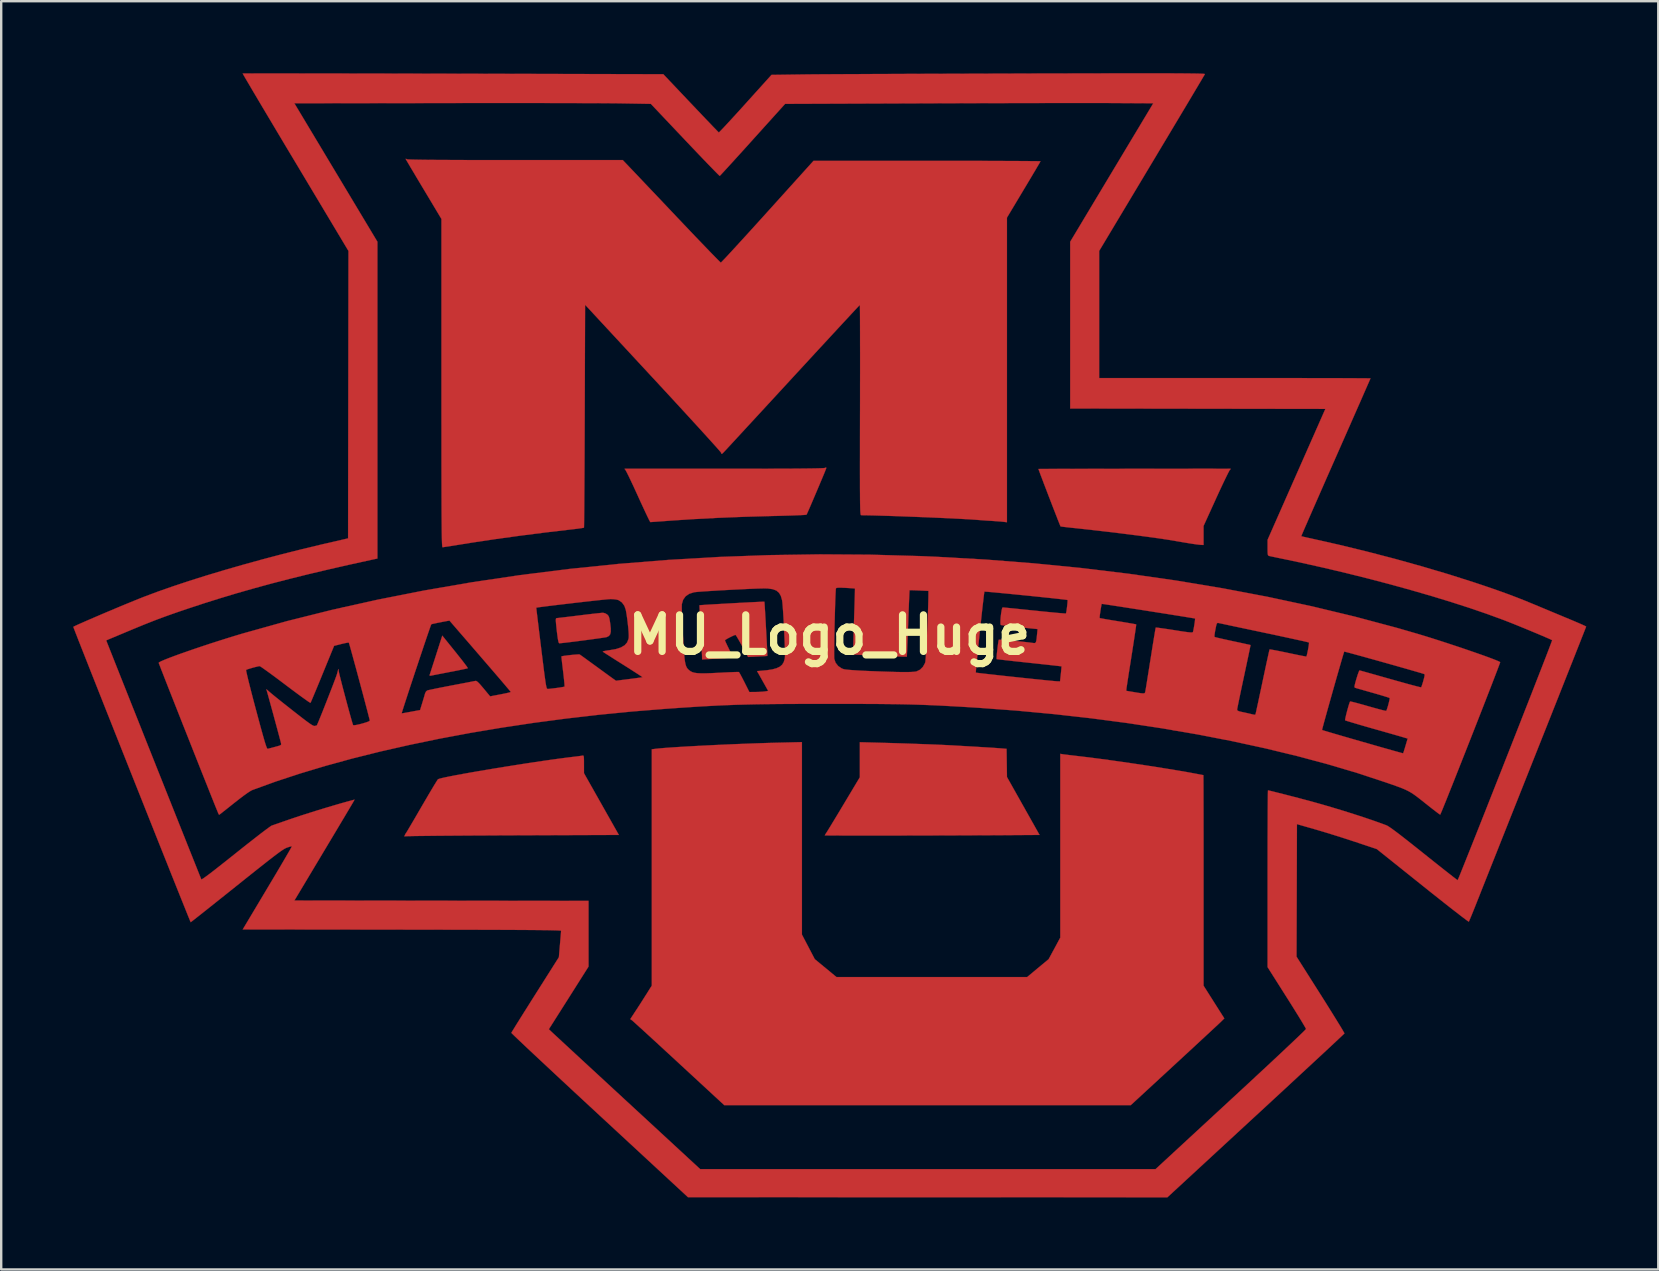
<source format=kicad_pcb>
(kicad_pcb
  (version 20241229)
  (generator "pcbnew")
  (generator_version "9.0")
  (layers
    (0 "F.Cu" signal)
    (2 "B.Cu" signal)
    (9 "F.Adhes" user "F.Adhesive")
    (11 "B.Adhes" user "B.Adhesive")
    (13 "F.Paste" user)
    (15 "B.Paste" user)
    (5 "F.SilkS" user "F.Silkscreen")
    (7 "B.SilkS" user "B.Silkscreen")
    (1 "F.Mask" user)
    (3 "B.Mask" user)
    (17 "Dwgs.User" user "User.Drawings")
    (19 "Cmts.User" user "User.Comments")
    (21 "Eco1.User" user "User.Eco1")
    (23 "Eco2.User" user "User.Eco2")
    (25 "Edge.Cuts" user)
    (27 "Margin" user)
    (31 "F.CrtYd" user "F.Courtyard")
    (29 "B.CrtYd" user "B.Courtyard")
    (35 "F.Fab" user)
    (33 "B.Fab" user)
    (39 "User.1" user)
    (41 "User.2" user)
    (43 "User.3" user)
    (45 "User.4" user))
  (footprint "MU_Logo_Huge"
    (layer "F.Cu")
    (at 31.501 23.399)
    (property "Reference" "MU_Logo_Huge" (at 0 0 0) (layer "F.SilkS") (effects (font (size 1.524 1.524) (thickness 0.3))))
    (attr through_hole)
    (fp_poly (pts (xy -15.585 0.701) (xy -15.444 0.878) (xy -15.317 1.038) (xy -15.211 1.176) (xy -15.129 1.285) (xy -15.078 1.357) (xy -15.062 1.388) (xy -15.062 1.388) (xy -15.097 1.399) (xy -15.185 1.419) (xy -15.318 1.447) (xy -15.486 1.482) (xy -15.681 1.52) (xy -15.803 1.543) (xy -16.013 1.584) (xy -16.205 1.621) (xy -16.369 1.653) (xy -16.497 1.678) (xy -16.577 1.694) (xy -16.596 1.698) (xy -16.649 1.7) (xy -16.654 1.675) (xy -16.641 1.635) (xy -16.611 1.543) (xy -16.568 1.408) (xy -16.513 1.237) (xy -16.449 1.039) (xy -16.383 0.833) (xy -16.126 0.031) (xy -15.585 0.701)) (stroke (width 0.01) (type solid)) (fill yes) (layer "F.Cu"))
    (fp_poly (pts (xy -9.341 -0.9) (xy -9.256 -0.85) (xy -9.255 -0.849) (xy -9.215 -0.807) (xy -9.185 -0.753) (xy -9.162 -0.673) (xy -9.141 -0.551) (xy -9.128 -0.463) (xy -9.107 -0.269) (xy -9.107 -0.126) (xy -9.131 -0.025) (xy -9.182 0.043) (xy -9.262 0.086) (xy -9.276 0.091) (xy -9.327 0.102) (xy -9.431 0.118) (xy -9.578 0.14) (xy -9.759 0.165) (xy -9.964 0.193) (xy -10.182 0.222) (xy -10.403 0.251) (xy -10.619 0.279) (xy -10.819 0.303) (xy -10.992 0.324) (xy -11.13 0.339) (xy -11.223 0.348) (xy -11.252 0.349) (xy -11.272 0.329) (xy -11.292 0.264) (xy -11.314 0.148) (xy -11.337 -0.023) (xy -11.347 -0.103) (xy -11.37 -0.312) (xy -11.386 -0.465) (xy -11.394 -0.572) (xy -11.395 -0.641) (xy -11.388 -0.679) (xy -11.374 -0.696) (xy -11.359 -0.699) (xy -11.318 -0.702) (xy -11.222 -0.713) (xy -11.081 -0.73) (xy -10.901 -0.751) (xy -10.692 -0.776) (xy -10.462 -0.805) (xy -10.421 -0.81) (xy -10.184 -0.839) (xy -9.965 -0.865) (xy -9.771 -0.887) (xy -9.612 -0.904) (xy -9.497 -0.916) (xy -9.434 -0.921) (xy -9.43 -0.921) (xy -9.341 -0.9)) (stroke (width 0.01) (type solid)) (fill yes) (layer "F.Cu"))
    (fp_poly (pts (xy 2.024 4.491) (xy 2.456 4.503) (xy 2.89 4.516) (xy 3.318 4.53) (xy 3.731 4.545) (xy 4.119 4.559) (xy 4.475 4.573) (xy 4.787 4.587) (xy 5.049 4.6) (xy 5.128 4.604) (xy 5.557 4.629) (xy 5.927 4.65) (xy 6.243 4.669) (xy 6.508 4.685) (xy 6.726 4.698) (xy 6.903 4.71) (xy 7.042 4.72) (xy 7.112 4.725) (xy 7.382 4.747) (xy 7.399 5.922) (xy 8.756 8.334) (xy 7.514 8.342) (xy 7.136 8.345) (xy 6.732 8.347) (xy 6.307 8.349) (xy 5.864 8.35) (xy 5.409 8.352) (xy 4.944 8.354) (xy 4.475 8.355) (xy 4.005 8.356) (xy 3.54 8.357) (xy 3.083 8.358) (xy 2.639 8.359) (xy 2.211 8.359) (xy 1.805 8.359) (xy 1.424 8.359) (xy 1.073 8.359) (xy 0.756 8.359) (xy 0.478 8.358) (xy 0.242 8.357) (xy 0.053 8.356) (xy -0.085 8.355) (xy -0.167 8.353) (xy -0.191 8.352) (xy -0.174 8.319) (xy -0.133 8.255) (xy -0.113 8.225) (xy -0.08 8.173) (xy -0.018 8.073) (xy 0.068 7.932) (xy 0.174 7.756) (xy 0.298 7.552) (xy 0.434 7.327) (xy 0.578 7.086) (xy 0.617 7.021) (xy 1.27 5.93) (xy 1.27 4.471) (xy 2.024 4.491)) (stroke (width 0.01) (type solid)) (fill yes) (layer "F.Cu"))
    (fp_poly (pts (xy -10.244 5.035) (xy -10.232 5.068) (xy -10.226 5.134) (xy -10.223 5.244) (xy -10.223 5.389) (xy -10.222 5.763) (xy -8.77 8.334) (xy -13.204 8.35) (xy -13.73 8.352) (xy -14.238 8.355) (xy -14.726 8.357) (xy -15.19 8.36) (xy -15.625 8.363) (xy -16.028 8.366) (xy -16.396 8.369) (xy -16.725 8.373) (xy -17.012 8.376) (xy -17.252 8.379) (xy -17.441 8.383) (xy -17.578 8.386) (xy -17.657 8.389) (xy -17.676 8.392) (xy -17.702 8.397) (xy -17.695 8.36) (xy -17.657 8.284) (xy -17.637 8.255) (xy -17.612 8.218) (xy -17.56 8.132) (xy -17.484 8.003) (xy -17.387 7.838) (xy -17.272 7.643) (xy -17.145 7.424) (xy -17.007 7.187) (xy -16.973 7.128) (xy -16.833 6.889) (xy -16.703 6.666) (xy -16.584 6.466) (xy -16.482 6.295) (xy -16.399 6.16) (xy -16.34 6.065) (xy -16.308 6.018) (xy -16.304 6.015) (xy -16.253 5.995) (xy -16.144 5.966) (xy -15.984 5.93) (xy -15.776 5.888) (xy -15.527 5.84) (xy -15.242 5.788) (xy -14.926 5.731) (xy -14.584 5.672) (xy -14.222 5.611) (xy -13.846 5.548) (xy -13.46 5.486) (xy -13.07 5.424) (xy -12.681 5.363) (xy -12.298 5.305) (xy -11.928 5.25) (xy -11.574 5.199) (xy -11.243 5.154) (xy -10.941 5.114) (xy -10.671 5.081) (xy -10.668 5.081) (xy -10.528 5.064) (xy -10.406 5.048) (xy -10.319 5.035) (xy -10.295 5.031) (xy -10.265 5.026) (xy -10.244 5.035)) (stroke (width 0.01) (type solid)) (fill yes) (layer "F.Cu"))
    (fp_poly (pts (xy -2.707 -1.382) (xy -2.703 -1.35) (xy -2.697 -1.264) (xy -2.689 -1.132) (xy -2.678 -0.962) (xy -2.667 -0.764) (xy -2.654 -0.546) (xy -2.642 -0.317) (xy -2.629 -0.086) (xy -2.617 0.139) (xy -2.606 0.35) (xy -2.596 0.536) (xy -2.589 0.69) (xy -2.584 0.803) (xy -2.582 0.866) (xy -2.582 0.877) (xy -2.614 0.88) (xy -2.697 0.885) (xy -2.819 0.892) (xy -2.968 0.9) (xy -2.987 0.901) (xy -3.386 0.921) (xy -3.637 0.461) (xy -3.722 0.307) (xy -3.797 0.175) (xy -3.857 0.074) (xy -3.896 0.014) (xy -3.909 0) (xy -3.955 0.013) (xy -4.035 0.048) (xy -4.131 0.094) (xy -4.227 0.144) (xy -4.304 0.189) (xy -4.346 0.22) (xy -4.35 0.226) (xy -4.336 0.264) (xy -4.299 0.347) (xy -4.245 0.462) (xy -4.178 0.597) (xy -4.177 0.6) (xy -4.004 0.944) (xy -4.296 0.964) (xy -4.459 0.974) (xy -4.654 0.987) (xy -4.851 0.999) (xy -4.945 1.004) (xy -5.302 1.025) (xy -5.304 0.901) (xy -5.306 0.84) (xy -5.312 0.723) (xy -5.32 0.561) (xy -5.331 0.362) (xy -5.343 0.135) (xy -5.357 -0.111) (xy -5.363 -0.222) (xy -5.376 -0.467) (xy -5.388 -0.692) (xy -5.398 -0.887) (xy -5.405 -1.046) (xy -5.41 -1.161) (xy -5.411 -1.224) (xy -5.41 -1.234) (xy -5.378 -1.238) (xy -5.291 -1.244) (xy -5.155 -1.253) (xy -4.981 -1.264) (xy -4.775 -1.276) (xy -4.545 -1.289) (xy -4.3 -1.303) (xy -4.047 -1.317) (xy -3.794 -1.331) (xy -3.55 -1.344) (xy -3.322 -1.356) (xy -3.119 -1.366) (xy -2.947 -1.374) (xy -2.816 -1.38) (xy -2.733 -1.383) (xy -2.707 -1.382)) (stroke (width 0.01) (type solid)) (fill yes) (layer "F.Cu"))
    (fp_poly (pts (xy -0.129 -6.956) (xy -0.134 -6.933) (xy -0.151 -6.887) (xy -0.188 -6.793) (xy -0.243 -6.659) (xy -0.312 -6.494) (xy -0.391 -6.307) (xy -0.476 -6.105) (xy -0.564 -5.898) (xy -0.651 -5.694) (xy -0.733 -5.502) (xy -0.807 -5.329) (xy -0.87 -5.186) (xy -0.917 -5.079) (xy -0.946 -5.018) (xy -0.952 -5.008) (xy -0.987 -5.002) (xy -1.079 -4.995) (xy -1.221 -4.988) (xy -1.408 -4.98) (xy -1.631 -4.972) (xy -1.885 -4.965) (xy -2.163 -4.957) (xy -2.352 -4.953) (xy -3.525 -4.92) (xy -4.644 -4.876) (xy -5.705 -4.82) (xy -6.583 -4.762) (xy -6.809 -4.745) (xy -7.015 -4.73) (xy -7.191 -4.717) (xy -7.329 -4.708) (xy -7.422 -4.701) (xy -7.459 -4.699) (xy -7.459 -4.699) (xy -7.477 -4.727) (xy -7.518 -4.806) (xy -7.579 -4.931) (xy -7.657 -5.095) (xy -7.748 -5.291) (xy -7.851 -5.513) (xy -7.961 -5.754) (xy -7.968 -5.771) (xy -8.08 -6.015) (xy -8.185 -6.243) (xy -8.281 -6.446) (xy -8.364 -6.618) (xy -8.43 -6.752) (xy -8.478 -6.842) (xy -8.503 -6.881) (xy -8.503 -6.882) (xy -8.531 -6.913) (xy -8.523 -6.922) (xy -8.488 -6.922) (xy -8.394 -6.922) (xy -8.243 -6.922) (xy -8.04 -6.922) (xy -7.789 -6.922) (xy -7.493 -6.922) (xy -7.157 -6.922) (xy -6.783 -6.922) (xy -6.375 -6.922) (xy -5.939 -6.922) (xy -5.476 -6.922) (xy -4.991 -6.922) (xy -4.488 -6.922) (xy -4.373 -6.922) (xy -3.726 -6.921) (xy -3.142 -6.922) (xy -2.616 -6.923) (xy -2.149 -6.924) (xy -1.736 -6.925) (xy -1.377 -6.927) (xy -1.07 -6.93) (xy -0.811 -6.933) (xy -0.6 -6.936) (xy -0.435 -6.94) (xy -0.313 -6.944) (xy -0.232 -6.949) (xy -0.19 -6.954) (xy -0.185 -6.956) (xy -0.137 -6.976) (xy -0.129 -6.956)) (stroke (width 0.01) (type solid)) (fill yes) (layer "F.Cu"))
    (fp_poly (pts (xy 15.895 -6.924) (xy 16.155 -6.923) (xy 16.372 -6.923) (xy 16.542 -6.923) (xy 16.659 -6.922) (xy 16.699 -6.922) (xy 16.724 -6.914) (xy 16.696 -6.885) (xy 16.691 -6.882) (xy 16.666 -6.845) (xy 16.619 -6.757) (xy 16.552 -6.623) (xy 16.468 -6.451) (xy 16.371 -6.247) (xy 16.263 -6.017) (xy 16.148 -5.767) (xy 16.113 -5.69) (xy 15.589 -4.538) (xy 15.589 -3.747) (xy 15.486 -3.749) (xy 15.413 -3.756) (xy 15.295 -3.77) (xy 15.149 -3.791) (xy 15.018 -3.811) (xy 14.837 -3.841) (xy 14.645 -3.873) (xy 14.471 -3.903) (xy 14.383 -3.919) (xy 14.18 -3.953) (xy 13.922 -3.992) (xy 13.616 -4.036) (xy 13.272 -4.084) (xy 12.896 -4.134) (xy 12.497 -4.185) (xy 12.082 -4.237) (xy 11.66 -4.288) (xy 11.239 -4.337) (xy 10.826 -4.384) (xy 10.429 -4.427) (xy 10.273 -4.444) (xy 10.08 -4.464) (xy 9.91 -4.483) (xy 9.773 -4.499) (xy 9.677 -4.511) (xy 9.633 -4.517) (xy 9.632 -4.518) (xy 9.617 -4.55) (xy 9.584 -4.633) (xy 9.533 -4.76) (xy 9.47 -4.922) (xy 9.395 -5.114) (xy 9.313 -5.325) (xy 9.226 -5.55) (xy 9.137 -5.781) (xy 9.05 -6.009) (xy 8.966 -6.227) (xy 8.89 -6.428) (xy 8.823 -6.604) (xy 8.769 -6.747) (xy 8.732 -6.85) (xy 8.712 -6.905) (xy 8.711 -6.912) (xy 8.742 -6.912) (xy 8.833 -6.913) (xy 8.978 -6.914) (xy 9.172 -6.915) (xy 9.412 -6.915) (xy 9.692 -6.916) (xy 10.007 -6.917) (xy 10.354 -6.918) (xy 10.728 -6.918) (xy 11.123 -6.919) (xy 11.536 -6.92) (xy 11.961 -6.92) (xy 12.394 -6.921) (xy 12.831 -6.922) (xy 13.267 -6.922) (xy 13.696 -6.923) (xy 14.116 -6.923) (xy 14.52 -6.923) (xy 14.905 -6.923) (xy 15.265 -6.924) (xy 15.597 -6.924) (xy 15.895 -6.924)) (stroke (width 0.01) (type solid)) (fill yes) (layer "F.Cu"))
    (fp_poly (pts (xy -1.143 12.485) (xy -0.607 13.51) (xy 0.298 14.256) (xy 4.268 14.255) (xy 8.239 14.255) (xy 8.687 13.882) (xy 9.135 13.51) (xy 9.378 13.061) (xy 9.62 12.612) (xy 9.62 4.955) (xy 9.708 4.97) (xy 9.764 4.978) (xy 9.873 4.992) (xy 10.024 5.01) (xy 10.207 5.032) (xy 10.41 5.056) (xy 10.493 5.066) (xy 10.863 5.11) (xy 11.275 5.164) (xy 11.72 5.224) (xy 12.188 5.29) (xy 12.668 5.36) (xy 13.15 5.432) (xy 13.623 5.505) (xy 14.078 5.578) (xy 14.504 5.648) (xy 14.891 5.714) (xy 15.228 5.776) (xy 15.319 5.793) (xy 15.438 5.816) (xy 15.529 5.833) (xy 15.577 5.841) (xy 15.581 5.842) (xy 15.582 5.873) (xy 15.583 5.964) (xy 15.584 6.111) (xy 15.585 6.311) (xy 15.586 6.56) (xy 15.586 6.855) (xy 15.587 7.191) (xy 15.588 7.565) (xy 15.588 7.974) (xy 15.589 8.414) (xy 15.589 8.881) (xy 15.589 9.372) (xy 15.589 9.883) (xy 15.589 10.228) (xy 15.589 14.614) (xy 16.021 15.296) (xy 16.454 15.978) (xy 16.315 16.115) (xy 16.27 16.158) (xy 16.182 16.241) (xy 16.055 16.359) (xy 15.893 16.509) (xy 15.7 16.688) (xy 15.48 16.892) (xy 15.237 17.117) (xy 14.975 17.36) (xy 14.697 17.616) (xy 14.408 17.883) (xy 14.367 17.921) (xy 12.557 19.59) (xy 4.089 19.59) (xy -4.38 19.59) (xy -6.265 17.849) (xy -6.559 17.577) (xy -6.841 17.318) (xy -7.106 17.073) (xy -7.353 16.847) (xy -7.575 16.643) (xy -7.771 16.464) (xy -7.937 16.313) (xy -8.068 16.194) (xy -8.161 16.11) (xy -8.213 16.064) (xy -8.222 16.057) (xy -8.293 16.007) (xy -8.089 15.695) (xy -7.989 15.543) (xy -7.871 15.36) (xy -7.75 15.169) (xy -7.641 14.998) (xy -7.398 14.612) (xy -7.398 4.766) (xy -7.263 4.749) (xy -7.106 4.732) (xy -6.892 4.713) (xy -6.628 4.694) (xy -6.318 4.673) (xy -5.971 4.652) (xy -5.592 4.631) (xy -5.187 4.61) (xy -4.763 4.589) (xy -4.326 4.569) (xy -3.883 4.55) (xy -3.439 4.533) (xy -3.001 4.517) (xy -2.576 4.503) (xy -2.17 4.492) (xy -2.04 4.489) (xy -1.143 4.467) (xy -1.143 12.485)) (stroke (width 0.01) (type solid)) (fill yes) (layer "F.Cu"))
    (fp_poly (pts (xy -17.63 -19.83) (xy -17.592 -19.813) (xy -17.552 -19.808) (xy -17.454 -19.803) (xy -17.296 -19.799) (xy -17.078 -19.795) (xy -16.801 -19.791) (xy -16.463 -19.788) (xy -16.063 -19.786) (xy -15.603 -19.784) (xy -15.081 -19.782) (xy -14.496 -19.781) (xy -13.849 -19.781) (xy -13.139 -19.78) (xy -13.068 -19.78) (xy -8.606 -19.78) (xy -8.341 -19.502) (xy -8.277 -19.435) (xy -8.173 -19.326) (xy -8.034 -19.18) (xy -7.863 -18.999) (xy -7.664 -18.789) (xy -7.441 -18.554) (xy -7.197 -18.298) (xy -6.938 -18.024) (xy -6.667 -17.738) (xy -6.388 -17.443) (xy -6.316 -17.367) (xy -6.042 -17.079) (xy -5.781 -16.804) (xy -5.535 -16.546) (xy -5.308 -16.31) (xy -5.103 -16.097) (xy -4.924 -15.911) (xy -4.773 -15.757) (xy -4.655 -15.637) (xy -4.572 -15.555) (xy -4.528 -15.514) (xy -4.521 -15.51) (xy -4.495 -15.533) (xy -4.43 -15.6) (xy -4.328 -15.707) (xy -4.193 -15.852) (xy -4.028 -16.031) (xy -3.836 -16.24) (xy -3.62 -16.476) (xy -3.382 -16.736) (xy -3.127 -17.017) (xy -2.857 -17.315) (xy -2.575 -17.627) (xy -2.573 -17.629) (xy -0.661 -19.748) (xy 4.067 -19.748) (xy 4.609 -19.748) (xy 5.134 -19.748) (xy 5.638 -19.747) (xy 6.118 -19.747) (xy 6.569 -19.746) (xy 6.989 -19.745) (xy 7.373 -19.743) (xy 7.72 -19.742) (xy 8.024 -19.74) (xy 8.283 -19.738) (xy 8.493 -19.737) (xy 8.65 -19.735) (xy 8.752 -19.733) (xy 8.794 -19.73) (xy 8.795 -19.73) (xy 8.779 -19.7) (xy 8.734 -19.621) (xy 8.662 -19.499) (xy 8.569 -19.339) (xy 8.455 -19.148) (xy 8.326 -18.931) (xy 8.184 -18.694) (xy 8.096 -18.547) (xy 7.398 -17.382) (xy 7.398 -4.693) (xy 7.247 -4.711) (xy 7.148 -4.721) (xy 7.008 -4.732) (xy 6.852 -4.743) (xy 6.779 -4.748) (xy 6.605 -4.758) (xy 6.399 -4.773) (xy 6.195 -4.788) (xy 6.096 -4.796) (xy 5.926 -4.808) (xy 5.701 -4.821) (xy 5.428 -4.836) (xy 5.116 -4.852) (xy 4.773 -4.868) (xy 4.407 -4.884) (xy 4.026 -4.9) (xy 3.638 -4.915) (xy 3.252 -4.93) (xy 2.874 -4.944) (xy 2.514 -4.956) (xy 2.179 -4.966) (xy 1.878 -4.975) (xy 1.618 -4.981) (xy 1.408 -4.984) (xy 1.325 -4.985) (xy 1.318 -4.987) (xy 1.31 -4.996) (xy 1.304 -5.015) (xy 1.299 -5.046) (xy 1.294 -5.094) (xy 1.289 -5.16) (xy 1.286 -5.249) (xy 1.283 -5.363) (xy 1.28 -5.506) (xy 1.278 -5.68) (xy 1.277 -5.888) (xy 1.275 -6.135) (xy 1.275 -6.422) (xy 1.274 -6.753) (xy 1.274 -7.131) (xy 1.275 -7.56) (xy 1.275 -8.041) (xy 1.276 -8.579) (xy 1.277 -9.176) (xy 1.278 -9.366) (xy 1.279 -9.888) (xy 1.279 -10.392) (xy 1.28 -10.875) (xy 1.28 -11.333) (xy 1.28 -11.762) (xy 1.279 -12.159) (xy 1.279 -12.52) (xy 1.278 -12.842) (xy 1.277 -13.121) (xy 1.276 -13.353) (xy 1.274 -13.534) (xy 1.273 -13.662) (xy 1.271 -13.732) (xy 1.27 -13.745) (xy 1.247 -13.722) (xy 1.183 -13.655) (xy 1.082 -13.547) (xy 0.945 -13.4) (xy 0.776 -13.217) (xy 0.576 -13.002) (xy 0.348 -12.756) (xy 0.096 -12.483) (xy -0.179 -12.185) (xy -0.475 -11.866) (xy -0.787 -11.527) (xy -1.115 -11.171) (xy -1.455 -10.803) (xy -1.524 -10.728) (xy -1.868 -10.354) (xy -2.201 -9.993) (xy -2.521 -9.646) (xy -2.824 -9.317) (xy -3.109 -9.008) (xy -3.373 -8.723) (xy -3.612 -8.463) (xy -3.825 -8.233) (xy -4.008 -8.034) (xy -4.159 -7.871) (xy -4.276 -7.745) (xy -4.355 -7.659) (xy -4.395 -7.617) (xy -4.397 -7.615) (xy -4.456 -7.556) (xy -4.487 -7.539) (xy -4.502 -7.562) (xy -4.508 -7.587) (xy -4.531 -7.618) (xy -4.595 -7.693) (xy -4.697 -7.809) (xy -4.835 -7.963) (xy -5.006 -8.152) (xy -5.207 -8.374) (xy -5.436 -8.626) (xy -5.691 -8.904) (xy -5.968 -9.207) (xy -6.266 -9.531) (xy -6.581 -9.873) (xy -6.912 -10.231) (xy -7.255 -10.602) (xy -7.35 -10.704) (xy -10.176 -13.753) (xy -10.192 -9.118) (xy -10.194 -8.58) (xy -10.196 -8.06) (xy -10.198 -7.561) (xy -10.2 -7.086) (xy -10.203 -6.64) (xy -10.205 -6.225) (xy -10.208 -5.845) (xy -10.21 -5.504) (xy -10.212 -5.205) (xy -10.215 -4.952) (xy -10.217 -4.748) (xy -10.219 -4.597) (xy -10.221 -4.502) (xy -10.223 -4.467) (xy -10.223 -4.466) (xy -10.259 -4.458) (xy -10.346 -4.444) (xy -10.473 -4.426) (xy -10.629 -4.407) (xy -10.7 -4.399) (xy -11.812 -4.269) (xy -12.878 -4.133) (xy -13.894 -3.993) (xy -14.854 -3.849) (xy -15.298 -3.778) (xy -15.514 -3.743) (xy -15.71 -3.711) (xy -15.877 -3.685) (xy -16.007 -3.666) (xy -16.09 -3.654) (xy -16.116 -3.651) (xy -16.121 -3.658) (xy -16.126 -3.679) (xy -16.13 -3.718) (xy -16.134 -3.776) (xy -16.138 -3.856) (xy -16.141 -3.96) (xy -16.144 -4.091) (xy -16.147 -4.251) (xy -16.149 -4.442) (xy -16.151 -4.667) (xy -16.153 -4.928) (xy -16.155 -5.228) (xy -16.156 -5.569) (xy -16.157 -5.952) (xy -16.158 -6.382) (xy -16.159 -6.859) (xy -16.16 -7.387) (xy -16.16 -7.967) (xy -16.16 -8.603) (xy -16.161 -9.295) (xy -16.161 -10.048) (xy -16.161 -10.49) (xy -16.161 -17.328) (xy -16.907 -18.573) (xy -17.06 -18.828) (xy -17.202 -19.066) (xy -17.33 -19.282) (xy -17.442 -19.469) (xy -17.533 -19.624) (xy -17.601 -19.739) (xy -17.642 -19.81) (xy -17.653 -19.832) (xy -17.63 -19.83)) (stroke (width 0.01) (type solid)) (fill yes) (layer "F.Cu"))
    (fp_poly (pts (xy 13.544 -23.394) (xy 13.911 -23.394) (xy 14.235 -23.393) (xy 14.52 -23.392) (xy 14.767 -23.39) (xy 14.978 -23.388) (xy 15.156 -23.386) (xy 15.303 -23.384) (xy 15.42 -23.381) (xy 15.511 -23.378) (xy 15.576 -23.374) (xy 15.619 -23.37) (xy 15.641 -23.366) (xy 15.645 -23.362) (xy 15.627 -23.331) (xy 15.578 -23.247) (xy 15.501 -23.116) (xy 15.396 -22.94) (xy 15.266 -22.722) (xy 15.114 -22.466) (xy 14.94 -22.174) (xy 14.747 -21.851) (xy 14.536 -21.498) (xy 14.31 -21.12) (xy 14.07 -20.719) (xy 13.818 -20.299) (xy 13.557 -19.862) (xy 13.434 -19.657) (xy 11.239 -15.994) (xy 11.239 -10.7) (xy 16.891 -10.7) (xy 17.485 -10.7) (xy 18.062 -10.699) (xy 18.618 -10.699) (xy 19.15 -10.699) (xy 19.656 -10.698) (xy 20.132 -10.697) (xy 20.574 -10.696) (xy 20.98 -10.696) (xy 21.346 -10.695) (xy 21.67 -10.693) (xy 21.948 -10.692) (xy 22.176 -10.691) (xy 22.352 -10.69) (xy 22.473 -10.688) (xy 22.535 -10.687) (xy 22.543 -10.686) (xy 22.53 -10.656) (xy 22.493 -10.571) (xy 22.434 -10.436) (xy 22.354 -10.254) (xy 22.255 -10.028) (xy 22.139 -9.762) (xy 22.006 -9.461) (xy 21.859 -9.127) (xy 21.7 -8.765) (xy 21.529 -8.377) (xy 21.349 -7.969) (xy 21.161 -7.543) (xy 21.096 -7.396) (xy 20.906 -6.965) (xy 20.723 -6.551) (xy 20.55 -6.156) (xy 20.387 -5.785) (xy 20.236 -5.442) (xy 20.099 -5.129) (xy 19.978 -4.852) (xy 19.874 -4.613) (xy 19.788 -4.416) (xy 19.723 -4.265) (xy 19.68 -4.163) (xy 19.661 -4.115) (xy 19.66 -4.111) (xy 19.692 -4.102) (xy 19.775 -4.082) (xy 19.896 -4.054) (xy 20.044 -4.022) (xy 20.066 -4.017) (xy 21.229 -3.755) (xy 22.397 -3.471) (xy 23.557 -3.169) (xy 24.696 -2.851) (xy 25.803 -2.523) (xy 26.862 -2.186) (xy 27.21 -2.07) (xy 27.615 -1.932) (xy 27.976 -1.805) (xy 28.312 -1.683) (xy 28.639 -1.559) (xy 28.975 -1.426) (xy 29.338 -1.277) (xy 29.559 -1.185) (xy 29.808 -1.081) (xy 30.084 -0.966) (xy 30.367 -0.848) (xy 30.635 -0.736) (xy 30.869 -0.639) (xy 30.9 -0.626) (xy 31.085 -0.548) (xy 31.248 -0.478) (xy 31.381 -0.419) (xy 31.476 -0.375) (xy 31.523 -0.35) (xy 31.527 -0.346) (xy 31.516 -0.315) (xy 31.482 -0.228) (xy 31.427 -0.088) (xy 31.352 0.102) (xy 31.259 0.339) (xy 31.147 0.62) (xy 31.02 0.943) (xy 30.877 1.303) (xy 30.72 1.699) (xy 30.551 2.126) (xy 30.37 2.583) (xy 30.178 3.066) (xy 29.977 3.573) (xy 29.768 4.099) (xy 29.551 4.643) (xy 29.452 4.892) (xy 29.227 5.459) (xy 29.005 6.018) (xy 28.787 6.567) (xy 28.574 7.102) (xy 28.368 7.62) (xy 28.171 8.115) (xy 27.984 8.586) (xy 27.809 9.028) (xy 27.646 9.437) (xy 27.498 9.81) (xy 27.366 10.143) (xy 27.251 10.432) (xy 27.155 10.674) (xy 27.08 10.865) (xy 27.026 11.001) (xy 27.019 11.017) (xy 26.93 11.243) (xy 26.847 11.45) (xy 26.774 11.631) (xy 26.713 11.777) (xy 26.669 11.883) (xy 26.644 11.94) (xy 26.639 11.947) (xy 26.612 11.932) (xy 26.538 11.879) (xy 26.423 11.793) (xy 26.27 11.676) (xy 26.083 11.531) (xy 25.865 11.362) (xy 25.621 11.17) (xy 25.355 10.959) (xy 25.069 10.733) (xy 24.769 10.493) (xy 24.711 10.447) (xy 22.806 8.923) (xy 21.904 8.622) (xy 21.625 8.53) (xy 21.318 8.431) (xy 21.002 8.332) (xy 20.696 8.237) (xy 20.418 8.154) (xy 20.241 8.102) (xy 19.479 7.884) (xy 19.471 10.644) (xy 19.462 13.405) (xy 20.466 14.989) (xy 20.647 15.275) (xy 20.817 15.547) (xy 20.973 15.797) (xy 21.113 16.023) (xy 21.233 16.218) (xy 21.331 16.378) (xy 21.402 16.499) (xy 21.446 16.576) (xy 21.458 16.603) (xy 21.434 16.627) (xy 21.365 16.693) (xy 21.255 16.796) (xy 21.106 16.936) (xy 20.92 17.11) (xy 20.7 17.315) (xy 20.448 17.549) (xy 20.167 17.809) (xy 19.859 18.095) (xy 19.527 18.402) (xy 19.174 18.73) (xy 18.801 19.075) (xy 18.411 19.435) (xy 18.008 19.808) (xy 17.764 20.032) (xy 14.081 23.431) (xy 4.096 23.429) (xy -5.89 23.426) (xy -9.573 20.018) (xy -9.983 19.638) (xy -10.381 19.269) (xy -10.763 18.915) (xy -11.127 18.576) (xy -11.471 18.256) (xy -11.792 17.956) (xy -12.088 17.68) (xy -12.356 17.429) (xy -12.594 17.206) (xy -12.798 17.013) (xy -12.968 16.852) (xy -13.1 16.726) (xy -13.191 16.637) (xy -13.24 16.588) (xy -13.248 16.578) (xy -13.23 16.545) (xy -13.181 16.465) (xy -13.104 16.34) (xy -13.003 16.176) (xy -12.879 15.978) (xy -12.736 15.75) (xy -12.577 15.498) (xy -12.406 15.226) (xy -12.254 14.986) (xy -11.268 13.428) (xy -11.223 12.897) (xy -11.208 12.718) (xy -11.194 12.56) (xy -11.184 12.435) (xy -11.178 12.353) (xy -11.177 12.327) (xy -11.188 12.322) (xy -11.223 12.318) (xy -11.285 12.314) (xy -11.376 12.31) (xy -11.497 12.307) (xy -11.65 12.303) (xy -11.839 12.3) (xy -12.065 12.298) (xy -12.33 12.295) (xy -12.637 12.293) (xy -12.987 12.291) (xy -13.383 12.289) (xy -13.826 12.287) (xy -14.32 12.286) (xy -14.866 12.284) (xy -15.467 12.283) (xy -16.124 12.282) (xy -16.839 12.281) (xy -17.616 12.28) (xy -17.808 12.279) (xy -24.439 12.271) (xy -23.409 10.547) (xy -23.229 10.245) (xy -23.059 9.96) (xy -22.903 9.696) (xy -22.763 9.458) (xy -22.641 9.249) (xy -22.54 9.076) (xy -22.463 8.941) (xy -22.413 8.851) (xy -22.392 8.81) (xy -22.392 8.808) (xy -22.426 8.811) (xy -22.503 8.831) (xy -22.601 8.864) (xy -22.644 8.882) (xy -22.695 8.909) (xy -22.758 8.947) (xy -22.837 9) (xy -22.935 9.07) (xy -23.055 9.159) (xy -23.202 9.271) (xy -23.378 9.407) (xy -23.587 9.572) (xy -23.833 9.766) (xy -24.119 9.993) (xy -24.448 10.256) (xy -24.693 10.452) (xy -24.996 10.694) (xy -25.283 10.923) (xy -25.553 11.138) (xy -25.8 11.335) (xy -26.022 11.511) (xy -26.213 11.663) (xy -26.371 11.787) (xy -26.492 11.882) (xy -26.571 11.944) (xy -26.605 11.969) (xy -26.607 11.969) (xy -26.62 11.94) (xy -26.655 11.856) (xy -26.711 11.719) (xy -26.786 11.532) (xy -26.879 11.301) (xy -26.989 11.027) (xy -27.115 10.713) (xy -27.254 10.365) (xy -27.407 9.984) (xy -27.57 9.573) (xy -27.744 9.138) (xy -27.927 8.68) (xy -28.117 8.203) (xy -28.313 7.71) (xy -28.514 7.205) (xy -28.718 6.691) (xy -28.925 6.172) (xy -29.132 5.65) (xy -29.339 5.129) (xy -29.544 4.613) (xy -29.746 4.105) (xy -29.943 3.607) (xy -30.135 3.124) (xy -30.319 2.659) (xy -30.495 2.215) (xy -30.661 1.795) (xy -30.816 1.404) (xy -30.958 1.043) (xy -31.087 0.717) (xy -31.201 0.428) (xy -31.279 0.229) (xy -30.127 0.229) (xy -30.069 0.376) (xy -30 0.55) (xy -29.913 0.769) (xy -29.81 1.03) (xy -29.692 1.328) (xy -29.56 1.66) (xy -29.416 2.023) (xy -29.261 2.412) (xy -29.098 2.824) (xy -28.926 3.255) (xy -28.748 3.702) (xy -28.566 4.16) (xy -28.381 4.627) (xy -28.193 5.098) (xy -28.006 5.569) (xy -27.819 6.037) (xy -27.636 6.499) (xy -27.456 6.949) (xy -27.282 7.386) (xy -27.115 7.805) (xy -26.957 8.202) (xy -26.809 8.573) (xy -26.673 8.916) (xy -26.549 9.225) (xy -26.44 9.498) (xy -26.347 9.731) (xy -26.272 9.92) (xy -26.215 10.061) (xy -26.179 10.151) (xy -26.165 10.185) (xy -26.165 10.185) (xy -26.14 10.18) (xy -26.076 10.141) (xy -25.973 10.068) (xy -25.827 9.96) (xy -25.639 9.816) (xy -25.407 9.634) (xy -25.128 9.414) (xy -24.803 9.155) (xy -24.737 9.103) (xy -24.475 8.894) (xy -24.225 8.696) (xy -23.992 8.514) (xy -23.782 8.35) (xy -23.598 8.209) (xy -23.446 8.095) (xy -23.33 8.01) (xy -23.256 7.959) (xy -23.231 7.945) (xy -23.17 7.924) (xy -23.061 7.886) (xy -22.913 7.835) (xy -22.739 7.774) (xy -22.549 7.708) (xy -22.527 7.7) (xy -22.285 7.618) (xy -21.998 7.523) (xy -21.678 7.421) (xy -21.341 7.315) (xy -21.001 7.211) (xy -20.673 7.113) (xy -20.371 7.025) (xy -20.111 6.952) (xy -20.074 6.942) (xy -19.781 6.863) (xy -19.826 6.948) (xy -19.85 6.988) (xy -19.903 7.079) (xy -19.984 7.215) (xy -20.089 7.392) (xy -20.216 7.606) (xy -20.363 7.851) (xy -20.526 8.125) (xy -20.703 8.421) (xy -20.892 8.736) (xy -21.079 9.049) (xy -22.286 11.065) (xy -10.033 11.081) (xy -10.033 13.818) (xy -10.859 15.123) (xy -11.686 16.427) (xy -11.613 16.498) (xy -11.582 16.528) (xy -11.506 16.599) (xy -11.389 16.707) (xy -11.234 16.85) (xy -11.044 17.027) (xy -10.821 17.233) (xy -10.568 17.467) (xy -10.288 17.726) (xy -9.984 18.007) (xy -9.658 18.307) (xy -9.314 18.625) (xy -8.954 18.958) (xy -8.581 19.302) (xy -8.461 19.413) (xy -5.382 22.256) (xy 4.104 22.256) (xy 13.589 22.257) (xy 16.724 19.362) (xy 17.103 19.012) (xy 17.469 18.673) (xy 17.818 18.348) (xy 18.15 18.04) (xy 18.46 17.751) (xy 18.746 17.483) (xy 19.006 17.239) (xy 19.236 17.022) (xy 19.434 16.834) (xy 19.598 16.678) (xy 19.724 16.556) (xy 19.81 16.47) (xy 19.853 16.424) (xy 19.858 16.417) (xy 19.841 16.381) (xy 19.793 16.297) (xy 19.718 16.17) (xy 19.619 16.006) (xy 19.499 15.811) (xy 19.361 15.589) (xy 19.21 15.347) (xy 19.056 15.104) (xy 18.256 13.841) (xy 18.256 10.159) (xy 18.256 9.681) (xy 18.257 9.221) (xy 18.257 8.784) (xy 18.258 8.372) (xy 18.26 7.99) (xy 18.261 7.642) (xy 18.262 7.332) (xy 18.264 7.063) (xy 18.266 6.84) (xy 18.268 6.667) (xy 18.27 6.547) (xy 18.272 6.485) (xy 18.273 6.477) (xy 18.313 6.485) (xy 18.405 6.506) (xy 18.541 6.54) (xy 18.711 6.583) (xy 18.908 6.632) (xy 19.121 6.687) (xy 19.343 6.744) (xy 19.564 6.802) (xy 19.775 6.858) (xy 19.969 6.909) (xy 20.13 6.953) (xy 20.546 7.07) (xy 20.979 7.197) (xy 21.417 7.33) (xy 21.849 7.466) (xy 22.262 7.6) (xy 22.645 7.73) (xy 22.986 7.851) (xy 23.201 7.931) (xy 23.256 7.958) (xy 23.337 8.009) (xy 23.448 8.086) (xy 23.591 8.191) (xy 23.769 8.326) (xy 23.985 8.494) (xy 24.243 8.697) (xy 24.544 8.936) (xy 24.766 9.113) (xy 25.025 9.32) (xy 25.268 9.513) (xy 25.491 9.69) (xy 25.691 9.848) (xy 25.862 9.982) (xy 26 10.09) (xy 26.101 10.167) (xy 26.16 10.211) (xy 26.174 10.22) (xy 26.19 10.184) (xy 26.229 10.094) (xy 26.287 9.952) (xy 26.363 9.762) (xy 26.457 9.529) (xy 26.566 9.256) (xy 26.69 8.946) (xy 26.826 8.603) (xy 26.974 8.232) (xy 27.131 7.835) (xy 27.297 7.417) (xy 27.469 6.98) (xy 27.647 6.53) (xy 27.829 6.069) (xy 28.014 5.602) (xy 28.199 5.131) (xy 28.384 4.661) (xy 28.567 4.196) (xy 28.747 3.739) (xy 28.921 3.293) (xy 29.09 2.863) (xy 29.251 2.453) (xy 29.402 2.065) (xy 29.543 1.704) (xy 29.672 1.374) (xy 29.787 1.078) (xy 29.887 0.819) (xy 29.97 0.602) (xy 30.035 0.431) (xy 30.081 0.308) (xy 30.107 0.238) (xy 30.111 0.223) (xy 30.073 0.202) (xy 29.984 0.161) (xy 29.853 0.104) (xy 29.686 0.032) (xy 29.493 -0.05) (xy 29.281 -0.138) (xy 29.058 -0.231) (xy 28.833 -0.323) (xy 28.613 -0.413) (xy 28.406 -0.496) (xy 28.22 -0.569) (xy 28.067 -0.628) (xy 27.4 -0.872) (xy 26.676 -1.12) (xy 25.903 -1.369) (xy 25.089 -1.618) (xy 24.239 -1.864) (xy 23.361 -2.107) (xy 22.462 -2.343) (xy 21.549 -2.571) (xy 20.63 -2.789) (xy 19.711 -2.995) (xy 19.018 -3.142) (xy 18.824 -3.182) (xy 18.647 -3.219) (xy 18.499 -3.25) (xy 18.39 -3.273) (xy 18.331 -3.286) (xy 18.328 -3.286) (xy 18.296 -3.297) (xy 18.275 -3.32) (xy 18.263 -3.366) (xy 18.258 -3.448) (xy 18.256 -3.578) (xy 18.256 -3.632) (xy 18.256 -3.961) (xy 20.663 -9.414) (xy 15.348 -9.422) (xy 10.033 -9.43) (xy 10.033 -16.378) (xy 11.763 -19.262) (xy 13.494 -22.146) (xy 11.771 -22.156) (xy 11.556 -22.157) (xy 11.281 -22.157) (xy 10.951 -22.158) (xy 10.571 -22.158) (xy 10.146 -22.158) (xy 9.679 -22.157) (xy 9.175 -22.157) (xy 8.639 -22.156) (xy 8.074 -22.155) (xy 7.486 -22.154) (xy 6.879 -22.152) (xy 6.257 -22.151) (xy 5.624 -22.149) (xy 4.986 -22.147) (xy 4.346 -22.145) (xy 4.102 -22.144) (xy -1.844 -22.122) (xy -3.194 -20.626) (xy -3.429 -20.364) (xy -3.653 -20.117) (xy -3.86 -19.889) (xy -4.048 -19.682) (xy -4.213 -19.502) (xy -4.35 -19.352) (xy -4.457 -19.236) (xy -4.53 -19.158) (xy -4.564 -19.123) (xy -4.567 -19.121) (xy -4.592 -19.142) (xy -4.657 -19.206) (xy -4.758 -19.308) (xy -4.892 -19.445) (xy -5.054 -19.612) (xy -5.242 -19.807) (xy -5.451 -20.026) (xy -5.678 -20.264) (xy -5.919 -20.518) (xy -6.014 -20.618) (xy -7.437 -22.122) (xy -8.743 -22.144) (xy -8.911 -22.146) (xy -9.139 -22.148) (xy -9.421 -22.15) (xy -9.756 -22.152) (xy -10.138 -22.153) (xy -10.563 -22.154) (xy -11.028 -22.155) (xy -11.529 -22.156) (xy -12.061 -22.157) (xy -12.621 -22.157) (xy -13.204 -22.158) (xy -13.806 -22.158) (xy -14.425 -22.157) (xy -15.055 -22.157) (xy -15.692 -22.156) (xy -16.169 -22.155) (xy -22.288 -22.146) (xy -20.558 -19.262) (xy -18.828 -16.378) (xy -18.828 -3.181) (xy -19.058 -3.132) (xy -19.994 -2.926) (xy -20.874 -2.725) (xy -21.705 -2.528) (xy -22.494 -2.333) (xy -23.246 -2.138) (xy -23.97 -1.94) (xy -24.672 -1.74) (xy -25.359 -1.533) (xy -26.038 -1.32) (xy -26.716 -1.097) (xy -26.733 -1.091) (xy -27.092 -0.97) (xy -27.41 -0.859) (xy -27.701 -0.755) (xy -27.98 -0.652) (xy -28.261 -0.543) (xy -28.558 -0.425) (xy -28.886 -0.29) (xy -29.216 -0.153) (xy -30.127 0.229) (xy -31.279 0.229) (xy -31.298 0.181) (xy -31.377 -0.022) (xy -31.437 -0.177) (xy -31.477 -0.28) (xy -31.495 -0.33) (xy -31.496 -0.333) (xy -31.468 -0.351) (xy -31.387 -0.39) (xy -31.261 -0.448) (xy -31.095 -0.521) (xy -30.897 -0.608) (xy -30.672 -0.705) (xy -30.427 -0.81) (xy -30.17 -0.92) (xy -29.905 -1.031) (xy -29.64 -1.143) (xy -29.381 -1.251) (xy -29.135 -1.352) (xy -28.907 -1.445) (xy -28.706 -1.526) (xy -28.543 -1.59) (xy -27.974 -1.803) (xy -27.349 -2.022) (xy -26.674 -2.246) (xy -25.957 -2.472) (xy -25.205 -2.698) (xy -24.423 -2.923) (xy -23.62 -3.145) (xy -22.801 -3.361) (xy -21.974 -3.569) (xy -21.146 -3.768) (xy -20.971 -3.808) (xy -20.05 -4.021) (xy -20.042 -10.008) (xy -20.034 -15.995) (xy -22.243 -19.685) (xy -22.509 -20.128) (xy -22.765 -20.557) (xy -23.01 -20.967) (xy -23.242 -21.357) (xy -23.459 -21.721) (xy -23.66 -22.058) (xy -23.841 -22.364) (xy -24.003 -22.637) (xy -24.141 -22.872) (xy -24.256 -23.067) (xy -24.345 -23.218) (xy -24.405 -23.323) (xy -24.436 -23.379) (xy -24.439 -23.387) (xy -24.407 -23.388) (xy -24.314 -23.389) (xy -24.162 -23.389) (xy -23.954 -23.39) (xy -23.694 -23.39) (xy -23.382 -23.39) (xy -23.023 -23.39) (xy -22.617 -23.39) (xy -22.169 -23.39) (xy -21.681 -23.389) (xy -21.155 -23.389) (xy -20.593 -23.388) (xy -19.999 -23.387) (xy -19.374 -23.386) (xy -18.722 -23.385) (xy -18.045 -23.384) (xy -17.345 -23.382) (xy -16.626 -23.381) (xy -15.889 -23.379) (xy -15.672 -23.379) (xy -6.917 -23.357) (xy -5.772 -22.148) (xy -5.552 -21.917) (xy -5.345 -21.699) (xy -5.156 -21.5) (xy -4.987 -21.324) (xy -4.845 -21.175) (xy -4.731 -21.058) (xy -4.652 -20.976) (xy -4.61 -20.935) (xy -4.605 -20.93) (xy -4.58 -20.952) (xy -4.517 -21.016) (xy -4.419 -21.118) (xy -4.292 -21.255) (xy -4.138 -21.421) (xy -3.962 -21.613) (xy -3.768 -21.825) (xy -3.561 -22.054) (xy -3.497 -22.125) (xy -2.411 -23.329) (xy -1.039 -23.348) (xy -0.88 -23.35) (xy -0.66 -23.352) (xy -0.385 -23.354) (xy -0.055 -23.356) (xy 0.323 -23.358) (xy 0.749 -23.36) (xy 1.217 -23.362) (xy 1.725 -23.365) (xy 2.268 -23.367) (xy 2.845 -23.369) (xy 3.45 -23.372) (xy 4.082 -23.374) (xy 4.736 -23.376) (xy 5.408 -23.378) (xy 6.096 -23.38) (xy 6.797 -23.382) (xy 7.506 -23.384) (xy 7.997 -23.386) (xy 8.839 -23.388) (xy 9.619 -23.389) (xy 10.34 -23.391) (xy 11.005 -23.392) (xy 11.614 -23.393) (xy 12.17 -23.394) (xy 12.676 -23.394) (xy 13.133 -23.394) (xy 13.544 -23.394)) (stroke (width 0.01) (type solid)) (fill yes) (layer "F.Cu"))
    (fp_poly (pts (xy 1.717 -3.341) (xy 3.833 -3.281) (xy 4.477 -3.253) (xy 6.509 -3.138) (xy 8.526 -2.98) (xy 10.524 -2.782) (xy 12.499 -2.543) (xy 14.447 -2.264) (xy 16.365 -1.945) (xy 18.248 -1.588) (xy 20.092 -1.193) (xy 21.894 -0.76) (xy 23.65 -0.291) (xy 24.543 -0.032) (xy 24.811 0.049) (xy 25.101 0.139) (xy 25.405 0.236) (xy 25.717 0.337) (xy 26.031 0.441) (xy 26.342 0.544) (xy 26.642 0.647) (xy 26.926 0.745) (xy 27.188 0.837) (xy 27.421 0.921) (xy 27.619 0.995) (xy 27.776 1.056) (xy 27.886 1.103) (xy 27.942 1.133) (xy 27.946 1.136) (xy 27.937 1.167) (xy 27.906 1.252) (xy 27.855 1.388) (xy 27.787 1.568) (xy 27.702 1.788) (xy 27.604 2.044) (xy 27.492 2.332) (xy 27.37 2.645) (xy 27.24 2.98) (xy 27.102 3.332) (xy 26.959 3.697) (xy 26.813 4.069) (xy 26.665 4.445) (xy 26.518 4.818) (xy 26.373 5.185) (xy 26.232 5.542) (xy 26.097 5.882) (xy 25.97 6.203) (xy 25.852 6.498) (xy 25.746 6.764) (xy 25.653 6.996) (xy 25.575 7.188) (xy 25.514 7.337) (xy 25.471 7.437) (xy 25.449 7.485) (xy 25.447 7.488) (xy 25.42 7.473) (xy 25.35 7.423) (xy 25.245 7.343) (xy 25.111 7.24) (xy 24.955 7.117) (xy 24.831 7.019) (xy 24.648 6.873) (xy 24.495 6.754) (xy 24.363 6.657) (xy 24.242 6.577) (xy 24.121 6.508) (xy 23.99 6.444) (xy 23.839 6.381) (xy 23.658 6.313) (xy 23.436 6.234) (xy 23.193 6.15) (xy 22.015 5.761) (xy 20.78 5.394) (xy 19.493 5.049) (xy 18.158 4.726) (xy 16.778 4.426) (xy 15.358 4.15) (xy 14.267 3.962) (xy 20.525 3.962) (xy 20.557 3.974) (xy 20.644 4) (xy 20.778 4.04) (xy 20.953 4.092) (xy 21.161 4.153) (xy 21.397 4.222) (xy 21.653 4.296) (xy 21.923 4.374) (xy 22.201 4.454) (xy 22.478 4.533) (xy 22.749 4.611) (xy 23.007 4.685) (xy 23.245 4.752) (xy 23.457 4.812) (xy 23.635 4.862) (xy 23.773 4.9) (xy 23.864 4.925) (xy 23.902 4.933) (xy 23.903 4.933) (xy 23.915 4.902) (xy 23.941 4.823) (xy 23.976 4.709) (xy 24.002 4.622) (xy 24.091 4.319) (xy 23.88 4.257) (xy 23.8 4.233) (xy 23.667 4.195) (xy 23.491 4.144) (xy 23.28 4.084) (xy 23.042 4.016) (xy 22.788 3.944) (xy 22.59 3.888) (xy 22.339 3.816) (xy 22.107 3.749) (xy 21.902 3.688) (xy 21.73 3.637) (xy 21.599 3.597) (xy 21.515 3.57) (xy 21.487 3.559) (xy 21.488 3.524) (xy 21.503 3.442) (xy 21.529 3.329) (xy 21.562 3.197) (xy 21.599 3.063) (xy 21.634 2.939) (xy 21.666 2.841) (xy 21.689 2.783) (xy 21.694 2.774) (xy 21.728 2.778) (xy 21.814 2.798) (xy 21.944 2.831) (xy 22.109 2.876) (xy 22.301 2.929) (xy 22.445 2.971) (xy 22.651 3.029) (xy 22.836 3.08) (xy 22.991 3.121) (xy 23.109 3.15) (xy 23.18 3.164) (xy 23.198 3.165) (xy 23.219 3.123) (xy 23.247 3.04) (xy 23.279 2.934) (xy 23.308 2.822) (xy 23.331 2.722) (xy 23.342 2.652) (xy 23.341 2.63) (xy 23.306 2.615) (xy 23.218 2.586) (xy 23.088 2.546) (xy 22.923 2.496) (xy 22.733 2.441) (xy 22.638 2.414) (xy 22.437 2.357) (xy 22.255 2.305) (xy 22.101 2.261) (xy 21.985 2.228) (xy 21.917 2.208) (xy 21.904 2.204) (xy 21.884 2.191) (xy 21.876 2.161) (xy 21.884 2.103) (xy 21.907 2.007) (xy 21.947 1.863) (xy 21.956 1.833) (xy 21.999 1.694) (xy 22.038 1.581) (xy 22.069 1.505) (xy 22.087 1.48) (xy 22.122 1.489) (xy 22.212 1.514) (xy 22.35 1.552) (xy 22.53 1.603) (xy 22.744 1.663) (xy 22.986 1.732) (xy 23.251 1.807) (xy 23.376 1.842) (xy 23.648 1.919) (xy 23.9 1.989) (xy 24.126 2.052) (xy 24.321 2.104) (xy 24.477 2.145) (xy 24.587 2.172) (xy 24.646 2.185) (xy 24.654 2.185) (xy 24.67 2.149) (xy 24.698 2.067) (xy 24.733 1.954) (xy 24.746 1.908) (xy 24.784 1.766) (xy 24.799 1.678) (xy 24.791 1.637) (xy 24.786 1.633) (xy 24.727 1.614) (xy 24.617 1.58) (xy 24.462 1.535) (xy 24.271 1.48) (xy 24.049 1.416) (xy 23.803 1.346) (xy 23.54 1.271) (xy 23.267 1.194) (xy 22.99 1.116) (xy 22.716 1.039) (xy 22.452 0.966) (xy 22.206 0.897) (xy 21.982 0.836) (xy 21.789 0.783) (xy 21.633 0.741) (xy 21.521 0.712) (xy 21.459 0.697) (xy 21.449 0.696) (xy 21.436 0.733) (xy 21.408 0.823) (xy 21.367 0.961) (xy 21.316 1.138) (xy 21.255 1.348) (xy 21.187 1.584) (xy 21.114 1.839) (xy 21.038 2.107) (xy 20.961 2.38) (xy 20.884 2.652) (xy 20.81 2.916) (xy 20.74 3.165) (xy 20.677 3.392) (xy 20.622 3.59) (xy 20.578 3.753) (xy 20.546 3.874) (xy 20.528 3.945) (xy 20.525 3.962) (xy 14.267 3.962) (xy 13.902 3.899) (xy 12.413 3.673) (xy 10.895 3.473) (xy 9.352 3.3) (xy 7.789 3.154) (xy 6.209 3.037) (xy 5.652 3.002) (xy 5.281 2.981) (xy 4.937 2.962) (xy 4.614 2.945) (xy 4.306 2.931) (xy 4.005 2.919) (xy 3.706 2.908) (xy 3.401 2.899) (xy 3.085 2.892) (xy 2.752 2.886) (xy 2.393 2.882) (xy 2.004 2.878) (xy 1.578 2.876) (xy 1.108 2.874) (xy 0.588 2.874) (xy 0.011 2.873) (xy -0.032 2.873) (xy -0.663 2.874) (xy -1.237 2.875) (xy -1.761 2.877) (xy -2.242 2.881) (xy -2.687 2.886) (xy -3.102 2.893) (xy -3.493 2.902) (xy -3.869 2.912) (xy -4.235 2.926) (xy -4.598 2.941) (xy -4.966 2.96) (xy -5.344 2.981) (xy -5.739 3.006) (xy -6.159 3.033) (xy -6.61 3.065) (xy -6.842 3.081) (xy -8.227 3.193) (xy -9.604 3.328) (xy -10.97 3.486) (xy -12.321 3.665) (xy -13.651 3.865) (xy -14.958 4.084) (xy -16.236 4.323) (xy -17.481 4.581) (xy -18.69 4.855) (xy -19.858 5.146) (xy -20.98 5.454) (xy -22.053 5.776) (xy -23.072 6.112) (xy -24.033 6.461) (xy -24.044 6.465) (xy -24.123 6.507) (xy -24.244 6.586) (xy -24.402 6.699) (xy -24.59 6.842) (xy -24.802 7.008) (xy -24.97 7.142) (xy -25.121 7.262) (xy -25.248 7.362) (xy -25.344 7.438) (xy -25.403 7.482) (xy -25.418 7.493) (xy -25.441 7.472) (xy -25.443 7.469) (xy -25.458 7.433) (xy -25.495 7.343) (xy -25.552 7.204) (xy -25.626 7.02) (xy -25.715 6.797) (xy -25.819 6.537) (xy -25.934 6.248) (xy -26.06 5.932) (xy -26.194 5.596) (xy -26.334 5.242) (xy -26.479 4.877) (xy -26.626 4.505) (xy -26.774 4.131) (xy -26.922 3.759) (xy -27.066 3.394) (xy -27.205 3.041) (xy -27.338 2.704) (xy -27.463 2.388) (xy -27.577 2.098) (xy -27.679 1.838) (xy -27.766 1.614) (xy -27.826 1.46) (xy -24.299 1.46) (xy -24.297 1.495) (xy -24.278 1.585) (xy -24.246 1.725) (xy -24.202 1.909) (xy -24.146 2.131) (xy -24.081 2.386) (xy -24.008 2.668) (xy -23.928 2.971) (xy -23.887 3.124) (xy -23.788 3.493) (xy -23.704 3.805) (xy -23.632 4.065) (xy -23.573 4.275) (xy -23.525 4.441) (xy -23.486 4.566) (xy -23.455 4.655) (xy -23.431 4.713) (xy -23.413 4.742) (xy -23.4 4.749) (xy -23.349 4.734) (xy -23.253 4.709) (xy -23.132 4.677) (xy -23.088 4.665) (xy -22.961 4.631) (xy -22.884 4.605) (xy -22.846 4.581) (xy -22.837 4.551) (xy -22.844 4.512) (xy -22.865 4.429) (xy -22.899 4.3) (xy -22.943 4.135) (xy -22.995 3.94) (xy -23.053 3.726) (xy -23.114 3.5) (xy -23.176 3.27) (xy -23.238 3.045) (xy -23.296 2.834) (xy -23.348 2.644) (xy -23.392 2.485) (xy -23.426 2.364) (xy -23.448 2.291) (xy -23.454 2.272) (xy -23.444 2.272) (xy -23.399 2.309) (xy -23.349 2.355) (xy -23.294 2.402) (xy -23.197 2.483) (xy -23.063 2.592) (xy -22.9 2.723) (xy -22.714 2.871) (xy -22.512 3.03) (xy -22.37 3.142) (xy -22.136 3.325) (xy -21.947 3.472) (xy -21.797 3.586) (xy -21.68 3.671) (xy -21.593 3.731) (xy -21.528 3.769) (xy -21.482 3.79) (xy -21.449 3.795) (xy -21.433 3.793) (xy -21.372 3.777) (xy -21.35 3.768) (xy -21.313 3.684) (xy -21.258 3.553) (xy -21.19 3.386) (xy -21.111 3.19) (xy -21.026 2.975) (xy -20.937 2.749) (xy -20.848 2.521) (xy -20.762 2.301) (xy -20.683 2.097) (xy -20.615 1.917) (xy -20.561 1.772) (xy -20.524 1.669) (xy -20.509 1.622) (xy -20.456 1.419) (xy -20.434 1.543) (xy -20.419 1.615) (xy -20.39 1.734) (xy -20.35 1.892) (xy -20.302 2.08) (xy -20.247 2.291) (xy -20.188 2.514) (xy -20.127 2.743) (xy -20.067 2.967) (xy -20.009 3.18) (xy -19.956 3.371) (xy -19.91 3.534) (xy -19.874 3.658) (xy -19.849 3.736) (xy -19.84 3.76) (xy -19.8 3.765) (xy -19.716 3.754) (xy -19.603 3.731) (xy -19.477 3.699) (xy -19.353 3.663) (xy -19.247 3.628) (xy -19.172 3.596) (xy -19.145 3.573) (xy -19.153 3.534) (xy -19.176 3.442) (xy -19.212 3.303) (xy -19.22 3.27) (xy -17.818 3.27) (xy -17.818 3.27) (xy -17.78 3.265) (xy -17.692 3.25) (xy -17.569 3.228) (xy -17.424 3.201) (xy -17.051 3.132) (xy -16.957 2.828) (xy -16.915 2.688) (xy -16.877 2.561) (xy -16.85 2.466) (xy -16.841 2.434) (xy -16.803 2.359) (xy -16.752 2.316) (xy -16.705 2.303) (xy -16.603 2.281) (xy -16.456 2.25) (xy -16.272 2.212) (xy -16.058 2.17) (xy -15.824 2.125) (xy -15.748 2.11) (xy -15.51 2.065) (xy -15.289 2.023) (xy -15.095 1.986) (xy -14.936 1.955) (xy -14.819 1.932) (xy -14.755 1.919) (xy -14.746 1.917) (xy -14.711 1.92) (xy -14.664 1.949) (xy -14.599 2.01) (xy -14.51 2.109) (xy -14.407 2.231) (xy -14.133 2.561) (xy -13.702 2.479) (xy -13.546 2.448) (xy -13.416 2.42) (xy -13.321 2.397) (xy -13.275 2.381) (xy -13.272 2.379) (xy -13.292 2.352) (xy -13.35 2.282) (xy -13.443 2.172) (xy -13.566 2.026) (xy -13.717 1.849) (xy -13.892 1.645) (xy -14.087 1.418) (xy -14.299 1.172) (xy -14.524 0.912) (xy -14.545 0.886) (xy -14.771 0.625) (xy -14.984 0.378) (xy -15.181 0.15) (xy -15.359 -0.055) (xy -15.513 -0.233) (xy -15.639 -0.379) (xy -15.736 -0.491) (xy -15.798 -0.563) (xy -15.823 -0.592) (xy -15.823 -0.592) (xy -15.855 -0.59) (xy -15.933 -0.577) (xy -16.045 -0.556) (xy -16.174 -0.531) (xy -16.307 -0.505) (xy -16.428 -0.479) (xy -16.523 -0.459) (xy -16.577 -0.445) (xy -16.584 -0.442) (xy -16.598 -0.407) (xy -16.63 -0.319) (xy -16.677 -0.183) (xy -16.738 -0.007) (xy -16.809 0.203) (xy -16.89 0.442) (xy -16.977 0.703) (xy -17.07 0.979) (xy -17.165 1.265) (xy -17.262 1.554) (xy -17.356 1.84) (xy -17.448 2.117) (xy -17.534 2.379) (xy -17.612 2.618) (xy -17.681 2.83) (xy -17.738 3.007) (xy -17.781 3.143) (xy -17.809 3.233) (xy -17.818 3.27) (xy -19.22 3.27) (xy -19.258 3.123) (xy -19.314 2.911) (xy -19.377 2.673) (xy -19.445 2.416) (xy -19.517 2.148) (xy -19.591 1.873) (xy -19.664 1.601) (xy -19.735 1.338) (xy -19.803 1.091) (xy -19.864 0.866) (xy -19.918 0.671) (xy -19.962 0.512) (xy -19.995 0.398) (xy -20.015 0.333) (xy -20.019 0.322) (xy -20.055 0.322) (xy -20.139 0.336) (xy -20.255 0.361) (xy -20.335 0.381) (xy -20.633 0.457) (xy -21.115 1.633) (xy -21.22 1.891) (xy -21.319 2.13) (xy -21.408 2.344) (xy -21.485 2.528) (xy -21.546 2.673) (xy -21.59 2.775) (xy -21.614 2.826) (xy -21.617 2.831) (xy -21.646 2.817) (xy -21.72 2.769) (xy -21.833 2.689) (xy -21.981 2.583) (xy -22.157 2.454) (xy -22.356 2.306) (xy -22.574 2.143) (xy -22.661 2.077) (xy -22.885 1.908) (xy -23.094 1.752) (xy -23.283 1.613) (xy -23.447 1.494) (xy -23.578 1.401) (xy -23.673 1.336) (xy -23.725 1.304) (xy -23.732 1.302) (xy -23.79 1.31) (xy -23.886 1.332) (xy -24.002 1.362) (xy -24.119 1.396) (xy -24.22 1.427) (xy -24.285 1.452) (xy -24.299 1.46) (xy -27.826 1.46) (xy -27.838 1.429) (xy -27.892 1.289) (xy -27.927 1.199) (xy -27.94 1.162) (xy -27.94 1.162) (xy -27.911 1.136) (xy -27.826 1.093) (xy -27.691 1.035) (xy -27.512 0.964) (xy -27.294 0.882) (xy -27.042 0.79) (xy -26.762 0.692) (xy -26.459 0.587) (xy -26.139 0.479) (xy -25.807 0.369) (xy -25.468 0.26) (xy -25.127 0.152) (xy -24.791 0.048) (xy -24.465 -0.05) (xy -24.416 -0.064) (xy -22.593 -0.574) (xy -20.725 -1.041) (xy -20.317 -1.132) (xy -12.211 -1.132) (xy -12.208 -1.101) (xy -12.198 -1.012) (xy -12.181 -0.872) (xy -12.159 -0.686) (xy -12.131 -0.46) (xy -12.1 -0.2) (xy -12.064 0.088) (xy -12.026 0.399) (xy -12.006 0.564) (xy -11.96 0.933) (xy -11.921 1.245) (xy -11.889 1.503) (xy -11.861 1.713) (xy -11.838 1.88) (xy -11.819 2.009) (xy -11.802 2.104) (xy -11.788 2.171) (xy -11.774 2.214) (xy -11.761 2.239) (xy -11.748 2.25) (xy -11.734 2.253) (xy -11.733 2.253) (xy -11.674 2.249) (xy -11.57 2.237) (xy -11.438 2.221) (xy -11.359 2.211) (xy -11.226 2.192) (xy -11.118 2.174) (xy -11.049 2.16) (xy -11.033 2.154) (xy -11.032 2.119) (xy -11.037 2.03) (xy -11.05 1.899) (xy -11.067 1.734) (xy -11.089 1.545) (xy -11.092 1.521) (xy -11.115 1.331) (xy -11.135 1.164) (xy -11.149 1.03) (xy -11.159 0.938) (xy -11.161 0.898) (xy -11.161 0.897) (xy -11.125 0.886) (xy -11.041 0.872) (xy -10.925 0.857) (xy -10.792 0.841) (xy -10.658 0.828) (xy -10.538 0.818) (xy -10.448 0.813) (xy -10.404 0.816) (xy -10.403 0.816) (xy -10.368 0.84) (xy -10.289 0.896) (xy -10.174 0.979) (xy -10.03 1.084) (xy -9.865 1.204) (xy -9.731 1.301) (xy -9.55 1.433) (xy -9.38 1.557) (xy -9.23 1.666) (xy -9.109 1.754) (xy -9.025 1.814) (xy -8.993 1.837) (xy -8.889 1.91) (xy -8.342 1.841) (xy -8.163 1.818) (xy -8.008 1.797) (xy -7.886 1.78) (xy -7.809 1.768) (xy -7.785 1.763) (xy -7.809 1.745) (xy -7.88 1.697) (xy -7.992 1.623) (xy -8.138 1.529) (xy -8.312 1.417) (xy -8.508 1.293) (xy -8.595 1.238) (xy -8.8 1.109) (xy -8.988 0.99) (xy -9.152 0.885) (xy -9.286 0.8) (xy -9.382 0.738) (xy -9.433 0.704) (xy -9.44 0.699) (xy -9.422 0.685) (xy -9.353 0.668) (xy -9.245 0.649) (xy -9.154 0.637) (xy -8.89 0.591) (xy -8.684 0.524) (xy -8.53 0.434) (xy -8.427 0.318) (xy -8.369 0.173) (xy -8.358 0.097) (xy -8.357 0.006) (xy -8.364 -0.133) (xy -8.379 -0.306) (xy -8.4 -0.497) (xy -8.424 -0.691) (xy -8.451 -0.875) (xy -8.479 -1.033) (xy -8.48 -1.04) (xy -8.541 -1.215) (xy -8.544 -1.218) (xy -6.149 -1.218) (xy -6.148 -1.101) (xy -6.144 -0.936) (xy -6.137 -0.733) (xy -6.127 -0.499) (xy -6.115 -0.243) (xy -6.102 -0.01) (xy -6.083 0.317) (xy -6.066 0.587) (xy -6.05 0.807) (xy -6.033 0.982) (xy -6.014 1.119) (xy -5.992 1.225) (xy -5.967 1.305) (xy -5.936 1.367) (xy -5.9 1.417) (xy -5.855 1.46) (xy -5.839 1.474) (xy -5.776 1.519) (xy -5.704 1.554) (xy -5.615 1.579) (xy -5.5 1.595) (xy -5.353 1.603) (xy -5.167 1.603) (xy -4.934 1.595) (xy -4.645 1.581) (xy -4.598 1.579) (xy -4.378 1.567) (xy -4.18 1.558) (xy -4.01 1.551) (xy -3.88 1.547) (xy -3.796 1.546) (xy -3.769 1.548) (xy -3.747 1.579) (xy -3.702 1.658) (xy -3.641 1.772) (xy -3.569 1.911) (xy -3.539 1.971) (xy -3.333 2.381) (xy -3.072 2.379) (xy -2.929 2.375) (xy -2.793 2.367) (xy -2.69 2.357) (xy -2.679 2.355) (xy -2.548 2.334) (xy -2.987 1.552) (xy 6.101 1.552) (xy 6.102 1.572) (xy 6.135 1.578) (xy 6.224 1.589) (xy 6.362 1.606) (xy 6.542 1.626) (xy 6.757 1.65) (xy 6.999 1.677) (xy 7.262 1.706) (xy 7.539 1.736) (xy 7.822 1.766) (xy 8.104 1.796) (xy 8.379 1.825) (xy 8.638 1.852) (xy 8.876 1.876) (xy 9.085 1.897) (xy 9.257 1.914) (xy 9.386 1.926) (xy 9.465 1.933) (xy 9.48 1.933) (xy 9.61 1.937) (xy 9.644 1.627) (xy 9.657 1.495) (xy 9.667 1.39) (xy 9.671 1.325) (xy 9.671 1.311) (xy 9.639 1.306) (xy 9.551 1.296) (xy 9.412 1.28) (xy 9.23 1.26) (xy 9.011 1.236) (xy 8.761 1.209) (xy 8.487 1.179) (xy 8.321 1.162) (xy 8.037 1.131) (xy 7.772 1.103) (xy 7.533 1.076) (xy 7.328 1.053) (xy 7.163 1.034) (xy 7.044 1.02) (xy 6.978 1.011) (xy 6.967 1.008) (xy 6.965 0.973) (xy 6.97 0.89) (xy 6.98 0.774) (xy 6.995 0.64) (xy 7.011 0.501) (xy 7.027 0.374) (xy 7.042 0.273) (xy 7.054 0.212) (xy 7.058 0.202) (xy 7.092 0.201) (xy 7.179 0.206) (xy 7.307 0.215) (xy 7.466 0.229) (xy 7.645 0.245) (xy 7.834 0.263) (xy 8.021 0.282) (xy 8.197 0.301) (xy 8.349 0.319) (xy 8.468 0.335) (xy 8.482 0.337) (xy 8.538 0.343) (xy 8.577 0.335) (xy 8.603 0.304) (xy 8.622 0.24) (xy 8.637 0.133) (xy 8.653 -0.028) (xy 8.654 -0.034) (xy 8.674 -0.242) (xy 7.926 -0.317) (xy 7.713 -0.339) (xy 7.521 -0.361) (xy 7.359 -0.38) (xy 7.235 -0.397) (xy 7.16 -0.409) (xy 7.141 -0.414) (xy 7.129 -0.453) (xy 7.126 -0.538) (xy 7.131 -0.652) (xy 7.136 -0.706) (xy 11.257 -0.706) (xy 11.258 -0.702) (xy 11.291 -0.694) (xy 11.378 -0.678) (xy 11.51 -0.654) (xy 11.679 -0.625) (xy 11.875 -0.593) (xy 12.02 -0.569) (xy 12.23 -0.535) (xy 12.419 -0.503) (xy 12.577 -0.476) (xy 12.695 -0.455) (xy 12.766 -0.441) (xy 12.782 -0.436) (xy 12.78 -0.404) (xy 12.769 -0.315) (xy 12.749 -0.176) (xy 12.722 0.005) (xy 12.689 0.222) (xy 12.651 0.469) (xy 12.609 0.738) (xy 12.59 0.859) (xy 12.546 1.14) (xy 12.504 1.405) (xy 12.466 1.646) (xy 12.434 1.855) (xy 12.408 2.026) (xy 12.389 2.152) (xy 12.378 2.224) (xy 12.377 2.237) (xy 12.367 2.33) (xy 12.684 2.383) (xy 12.862 2.413) (xy 12.986 2.431) (xy 13.068 2.438) (xy 13.117 2.433) (xy 13.143 2.417) (xy 13.156 2.388) (xy 13.16 2.373) (xy 13.168 2.327) (xy 13.186 2.225) (xy 13.21 2.075) (xy 13.241 1.883) (xy 13.277 1.656) (xy 13.318 1.401) (xy 13.361 1.126) (xy 13.381 1.005) (xy 13.425 0.726) (xy 13.466 0.467) (xy 13.504 0.235) (xy 13.531 0.072) (xy 16.041 0.072) (xy 16.044 0.084) (xy 16.079 0.096) (xy 16.168 0.119) (xy 16.3 0.15) (xy 16.469 0.188) (xy 16.665 0.231) (xy 16.802 0.261) (xy 17.01 0.305) (xy 17.195 0.345) (xy 17.349 0.379) (xy 17.465 0.404) (xy 17.532 0.42) (xy 17.546 0.423) (xy 17.541 0.455) (xy 17.523 0.541) (xy 17.495 0.677) (xy 17.458 0.856) (xy 17.412 1.072) (xy 17.36 1.317) (xy 17.303 1.586) (xy 17.269 1.746) (xy 17.209 2.028) (xy 17.153 2.291) (xy 17.103 2.53) (xy 17.06 2.737) (xy 17.026 2.906) (xy 17.001 3.03) (xy 16.988 3.102) (xy 16.986 3.117) (xy 17.005 3.153) (xy 17.068 3.183) (xy 17.169 3.208) (xy 17.311 3.238) (xy 17.462 3.272) (xy 17.526 3.287) (xy 17.639 3.314) (xy 17.705 3.326) (xy 17.738 3.324) (xy 17.752 3.306) (xy 17.76 3.278) (xy 17.77 3.236) (xy 17.792 3.138) (xy 17.823 2.992) (xy 17.864 2.805) (xy 17.911 2.582) (xy 17.965 2.331) (xy 18.023 2.059) (xy 18.052 1.921) (xy 18.111 1.643) (xy 18.166 1.384) (xy 18.216 1.152) (xy 18.26 0.952) (xy 18.295 0.792) (xy 18.321 0.677) (xy 18.337 0.615) (xy 18.34 0.605) (xy 18.373 0.608) (xy 18.46 0.622) (xy 18.591 0.646) (xy 18.759 0.679) (xy 18.955 0.719) (xy 19.106 0.751) (xy 19.316 0.795) (xy 19.504 0.834) (xy 19.662 0.866) (xy 19.781 0.888) (xy 19.853 0.901) (xy 19.87 0.903) (xy 19.886 0.866) (xy 19.906 0.785) (xy 19.929 0.677) (xy 19.952 0.559) (xy 19.969 0.448) (xy 19.98 0.363) (xy 19.98 0.319) (xy 19.979 0.317) (xy 19.944 0.307) (xy 19.853 0.285) (xy 19.711 0.252) (xy 19.523 0.211) (xy 19.294 0.161) (xy 19.031 0.104) (xy 18.739 0.041) (xy 18.424 -0.027) (xy 18.113 -0.092) (xy 17.779 -0.163) (xy 17.462 -0.23) (xy 17.168 -0.292) (xy 16.903 -0.348) (xy 16.672 -0.397) (xy 16.481 -0.438) (xy 16.335 -0.469) (xy 16.241 -0.489) (xy 16.205 -0.497) (xy 16.172 -0.499) (xy 16.148 -0.481) (xy 16.127 -0.432) (xy 16.105 -0.34) (xy 16.082 -0.223) (xy 16.059 -0.095) (xy 16.045 0.008) (xy 16.041 0.072) (xy 13.531 0.072) (xy 13.537 0.035) (xy 13.563 -0.124) (xy 13.583 -0.237) (xy 13.595 -0.297) (xy 13.597 -0.305) (xy 13.631 -0.303) (xy 13.718 -0.293) (xy 13.851 -0.275) (xy 14.02 -0.251) (xy 14.218 -0.221) (xy 14.369 -0.197) (xy 14.609 -0.159) (xy 14.794 -0.131) (xy 14.931 -0.113) (xy 15.027 -0.103) (xy 15.09 -0.101) (xy 15.126 -0.106) (xy 15.144 -0.118) (xy 15.148 -0.125) (xy 15.162 -0.18) (xy 15.18 -0.272) (xy 15.199 -0.383) (xy 15.217 -0.498) (xy 15.23 -0.597) (xy 15.236 -0.663) (xy 15.235 -0.681) (xy 15.202 -0.688) (xy 15.113 -0.703) (xy 14.975 -0.726) (xy 14.794 -0.756) (xy 14.576 -0.791) (xy 14.328 -0.83) (xy 14.057 -0.874) (xy 13.769 -0.919) (xy 13.47 -0.966) (xy 13.168 -1.014) (xy 12.868 -1.061) (xy 12.577 -1.106) (xy 12.302 -1.149) (xy 12.05 -1.188) (xy 11.826 -1.222) (xy 11.637 -1.251) (xy 11.49 -1.273) (xy 11.392 -1.287) (xy 11.348 -1.292) (xy 11.346 -1.292) (xy 11.337 -1.258) (xy 11.322 -1.178) (xy 11.304 -1.071) (xy 11.286 -0.953) (xy 11.27 -0.841) (xy 11.26 -0.753) (xy 11.257 -0.706) (xy 7.136 -0.706) (xy 7.142 -0.782) (xy 7.158 -0.911) (xy 7.177 -1.025) (xy 7.197 -1.108) (xy 7.217 -1.144) (xy 7.219 -1.144) (xy 7.258 -1.141) (xy 7.352 -1.132) (xy 7.496 -1.118) (xy 7.683 -1.1) (xy 7.906 -1.077) (xy 8.157 -1.051) (xy 8.43 -1.023) (xy 8.547 -1.011) (xy 8.827 -0.982) (xy 9.086 -0.956) (xy 9.319 -0.934) (xy 9.518 -0.915) (xy 9.678 -0.902) (xy 9.79 -0.893) (xy 9.849 -0.891) (xy 9.856 -0.892) (xy 9.866 -0.928) (xy 9.88 -1.008) (xy 9.895 -1.115) (xy 9.909 -1.231) (xy 9.92 -1.338) (xy 9.925 -1.418) (xy 9.924 -1.453) (xy 9.924 -1.453) (xy 9.89 -1.459) (xy 9.8 -1.471) (xy 9.662 -1.487) (xy 9.481 -1.507) (xy 9.265 -1.531) (xy 9.021 -1.556) (xy 8.756 -1.584) (xy 8.477 -1.613) (xy 8.191 -1.642) (xy 7.905 -1.67) (xy 7.626 -1.698) (xy 7.361 -1.724) (xy 7.118 -1.747) (xy 6.902 -1.768) (xy 6.721 -1.784) (xy 6.583 -1.796) (xy 6.493 -1.802) (xy 6.46 -1.803) (xy 6.46 -1.803) (xy 6.453 -1.769) (xy 6.441 -1.679) (xy 6.424 -1.541) (xy 6.403 -1.36) (xy 6.378 -1.145) (xy 6.351 -0.903) (xy 6.323 -0.64) (xy 6.293 -0.363) (xy 6.263 -0.081) (xy 6.233 0.201) (xy 6.205 0.475) (xy 6.178 0.733) (xy 6.154 0.97) (xy 6.134 1.177) (xy 6.118 1.348) (xy 6.107 1.475) (xy 6.101 1.552) (xy -2.987 1.552) (xy -3.012 1.508) (xy -2.895 1.5) (xy -2.608 1.473) (xy -2.378 1.438) (xy -2.199 1.389) (xy -2.064 1.325) (xy -1.967 1.242) (xy -1.902 1.136) (xy -1.862 1.004) (xy -1.854 0.954) (xy -1.85 0.885) (xy -1.85 0.762) (xy -1.851 0.724) (xy 0.199 0.724) (xy 0.2 0.869) (xy 0.202 0.965) (xy 0.204 0.999) (xy 0.259 1.159) (xy 0.365 1.295) (xy 0.511 1.395) (xy 0.604 1.431) (xy 0.674 1.442) (xy 0.799 1.456) (xy 0.97 1.469) (xy 1.179 1.483) (xy 1.416 1.496) (xy 1.674 1.507) (xy 1.699 1.508) (xy 2.117 1.524) (xy 2.476 1.536) (xy 2.779 1.545) (xy 3.031 1.549) (xy 3.236 1.549) (xy 3.397 1.546) (xy 3.518 1.538) (xy 3.604 1.527) (xy 3.635 1.52) (xy 3.778 1.45) (xy 3.897 1.332) (xy 3.98 1.183) (xy 3.997 1.129) (xy 4.004 1.072) (xy 4.014 0.96) (xy 4.025 0.801) (xy 4.037 0.603) (xy 4.049 0.375) (xy 4.062 0.124) (xy 4.075 -0.141) (xy 4.087 -0.412) (xy 4.098 -0.68) (xy 4.108 -0.938) (xy 4.116 -1.177) (xy 4.122 -1.39) (xy 4.126 -1.567) (xy 4.127 -1.67) (xy 4.128 -1.832) (xy 3.739 -1.85) (xy 3.589 -1.856) (xy 3.465 -1.86) (xy 3.378 -1.861) (xy 3.342 -1.86) (xy 3.341 -1.86) (xy 3.338 -1.827) (xy 3.333 -1.738) (xy 3.327 -1.598) (xy 3.319 -1.414) (xy 3.31 -1.193) (xy 3.3 -0.94) (xy 3.29 -0.664) (xy 3.283 -0.473) (xy 3.272 -0.184) (xy 3.262 0.084) (xy 3.253 0.326) (xy 3.244 0.534) (xy 3.237 0.703) (xy 3.232 0.825) (xy 3.229 0.894) (xy 3.227 0.908) (xy 3.194 0.909) (xy 3.105 0.908) (xy 2.971 0.904) (xy 2.8 0.898) (xy 2.601 0.891) (xy 2.383 0.882) (xy 2.154 0.873) (xy 1.924 0.863) (xy 1.7 0.853) (xy 1.493 0.843) (xy 1.311 0.835) (xy 1.162 0.827) (xy 1.055 0.82) (xy 1 0.816) (xy 0.994 0.814) (xy 0.992 0.78) (xy 0.992 0.689) (xy 0.994 0.548) (xy 0.998 0.363) (xy 1.003 0.141) (xy 1.011 -0.112) (xy 1.02 -0.388) (xy 1.026 -0.562) (xy 1.036 -0.849) (xy 1.045 -1.116) (xy 1.052 -1.356) (xy 1.058 -1.563) (xy 1.063 -1.73) (xy 1.065 -1.85) (xy 1.066 -1.918) (xy 1.065 -1.93) (xy 1.032 -1.935) (xy 0.947 -1.942) (xy 0.825 -1.95) (xy 0.677 -1.959) (xy 0.672 -1.959) (xy 0.505 -1.966) (xy 0.391 -1.967) (xy 0.321 -1.962) (xy 0.284 -1.949) (xy 0.273 -1.934) (xy 0.267 -1.886) (xy 0.261 -1.783) (xy 0.254 -1.633) (xy 0.246 -1.443) (xy 0.239 -1.221) (xy 0.232 -0.976) (xy 0.225 -0.716) (xy 0.218 -0.448) (xy 0.212 -0.18) (xy 0.207 0.079) (xy 0.203 0.321) (xy 0.201 0.539) (xy 0.199 0.724) (xy -1.851 0.724) (xy -1.853 0.594) (xy -1.859 0.392) (xy -1.868 0.164) (xy -1.879 -0.079) (xy -1.891 -0.329) (xy -1.904 -0.577) (xy -1.917 -0.811) (xy -1.931 -1.024) (xy -1.945 -1.206) (xy -1.957 -1.346) (xy -1.969 -1.436) (xy -1.97 -1.445) (xy -2.021 -1.622) (xy -2.098 -1.754) (xy -2.208 -1.847) (xy -2.36 -1.904) (xy -2.56 -1.932) (xy -2.698 -1.936) (xy -2.82 -1.934) (xy -2.989 -1.93) (xy -3.197 -1.922) (xy -3.435 -1.912) (xy -3.694 -1.899) (xy -3.968 -1.886) (xy -4.246 -1.871) (xy -4.521 -1.856) (xy -4.784 -1.84) (xy -5.027 -1.825) (xy -5.241 -1.811) (xy -5.419 -1.798) (xy -5.551 -1.786) (xy -5.629 -1.777) (xy -5.636 -1.776) (xy -5.837 -1.712) (xy -5.989 -1.608) (xy -6.092 -1.464) (xy -6.146 -1.281) (xy -6.149 -1.218) (xy -8.544 -1.218) (xy -8.644 -1.354) (xy -8.779 -1.446) (xy -8.784 -1.449) (xy -8.87 -1.471) (xy -8.992 -1.487) (xy -9.111 -1.492) (xy -9.171 -1.489) (xy -9.283 -1.479) (xy -9.441 -1.463) (xy -9.635 -1.443) (xy -9.86 -1.418) (xy -10.107 -1.391) (xy -10.37 -1.361) (xy -10.64 -1.33) (xy -10.911 -1.298) (xy -11.175 -1.267) (xy -11.425 -1.237) (xy -11.653 -1.209) (xy -11.851 -1.184) (xy -12.013 -1.163) (xy -12.132 -1.147) (xy -12.199 -1.136) (xy -12.211 -1.132) (xy -20.317 -1.132) (xy -18.816 -1.467) (xy -16.87 -1.851) (xy -14.889 -2.193) (xy -12.879 -2.491) (xy -10.843 -2.746) (xy -8.784 -2.957) (xy -6.707 -3.124) (xy -4.614 -3.246) (xy -2.51 -3.323) (xy -0.398 -3.355) (xy 1.717 -3.341)) (stroke (width 0.01) (type solid)) (fill yes) (layer "F.Cu"))
    (fp_poly (pts (xy -15.585 0.701) (xy -15.444 0.878) (xy -15.317 1.038) (xy -15.211 1.176) (xy -15.129 1.285) (xy -15.078 1.357) (xy -15.062 1.388) (xy -15.062 1.388) (xy -15.097 1.399) (xy -15.185 1.419) (xy -15.318 1.447) (xy -15.486 1.482) (xy -15.681 1.52) (xy -15.803 1.543) (xy -16.013 1.584) (xy -16.205 1.621) (xy -16.369 1.653) (xy -16.497 1.678) (xy -16.577 1.694) (xy -16.596 1.698) (xy -16.649 1.7) (xy -16.654 1.675) (xy -16.641 1.635) (xy -16.611 1.543) (xy -16.568 1.408) (xy -16.513 1.237) (xy -16.449 1.039) (xy -16.383 0.833) (xy -16.126 0.031) (xy -15.585 0.701)) (stroke (width 0.01) (type solid)) (fill yes) (layer "F.Mask"))
    (fp_poly (pts (xy -9.341 -0.9) (xy -9.256 -0.85) (xy -9.255 -0.849) (xy -9.215 -0.807) (xy -9.185 -0.753) (xy -9.162 -0.673) (xy -9.141 -0.551) (xy -9.128 -0.463) (xy -9.107 -0.269) (xy -9.107 -0.126) (xy -9.131 -0.025) (xy -9.182 0.043) (xy -9.262 0.086) (xy -9.276 0.091) (xy -9.327 0.102) (xy -9.431 0.118) (xy -9.578 0.14) (xy -9.759 0.165) (xy -9.964 0.193) (xy -10.182 0.222) (xy -10.403 0.251) (xy -10.619 0.279) (xy -10.819 0.303) (xy -10.992 0.324) (xy -11.13 0.339) (xy -11.223 0.348) (xy -11.252 0.349) (xy -11.272 0.329) (xy -11.292 0.264) (xy -11.314 0.148) (xy -11.337 -0.023) (xy -11.347 -0.103) (xy -11.37 -0.312) (xy -11.386 -0.465) (xy -11.394 -0.572) (xy -11.395 -0.641) (xy -11.388 -0.679) (xy -11.374 -0.696) (xy -11.359 -0.699) (xy -11.318 -0.702) (xy -11.222 -0.713) (xy -11.081 -0.73) (xy -10.901 -0.751) (xy -10.692 -0.776) (xy -10.462 -0.805) (xy -10.421 -0.81) (xy -10.184 -0.839) (xy -9.965 -0.865) (xy -9.771 -0.887) (xy -9.612 -0.904) (xy -9.497 -0.916) (xy -9.434 -0.921) (xy -9.43 -0.921) (xy -9.341 -0.9)) (stroke (width 0.01) (type solid)) (fill yes) (layer "F.Mask"))
    (fp_poly (pts (xy 2.024 4.491) (xy 2.456 4.503) (xy 2.89 4.516) (xy 3.318 4.53) (xy 3.731 4.545) (xy 4.119 4.559) (xy 4.475 4.573) (xy 4.787 4.587) (xy 5.049 4.6) (xy 5.128 4.604) (xy 5.557 4.629) (xy 5.927 4.65) (xy 6.243 4.669) (xy 6.508 4.685) (xy 6.726 4.698) (xy 6.903 4.71) (xy 7.042 4.72) (xy 7.112 4.725) (xy 7.382 4.747) (xy 7.399 5.922) (xy 8.756 8.334) (xy 7.514 8.342) (xy 7.136 8.345) (xy 6.732 8.347) (xy 6.307 8.349) (xy 5.864 8.35) (xy 5.409 8.352) (xy 4.944 8.354) (xy 4.475 8.355) (xy 4.005 8.356) (xy 3.54 8.357) (xy 3.083 8.358) (xy 2.639 8.359) (xy 2.211 8.359) (xy 1.805 8.359) (xy 1.424 8.359) (xy 1.073 8.359) (xy 0.756 8.359) (xy 0.478 8.358) (xy 0.242 8.357) (xy 0.053 8.356) (xy -0.085 8.355) (xy -0.167 8.353) (xy -0.191 8.352) (xy -0.174 8.319) (xy -0.133 8.255) (xy -0.113 8.225) (xy -0.08 8.173) (xy -0.018 8.073) (xy 0.068 7.932) (xy 0.174 7.756) (xy 0.298 7.552) (xy 0.434 7.327) (xy 0.578 7.086) (xy 0.617 7.021) (xy 1.27 5.93) (xy 1.27 4.471) (xy 2.024 4.491)) (stroke (width 0.01) (type solid)) (fill yes) (layer "F.Mask"))
    (fp_poly (pts (xy -10.244 5.035) (xy -10.232 5.068) (xy -10.226 5.134) (xy -10.223 5.244) (xy -10.223 5.389) (xy -10.222 5.763) (xy -8.77 8.334) (xy -13.204 8.35) (xy -13.73 8.352) (xy -14.238 8.355) (xy -14.726 8.357) (xy -15.19 8.36) (xy -15.625 8.363) (xy -16.028 8.366) (xy -16.396 8.369) (xy -16.725 8.373) (xy -17.012 8.376) (xy -17.252 8.379) (xy -17.441 8.383) (xy -17.578 8.386) (xy -17.657 8.389) (xy -17.676 8.392) (xy -17.702 8.397) (xy -17.695 8.36) (xy -17.657 8.284) (xy -17.637 8.255) (xy -17.612 8.218) (xy -17.56 8.132) (xy -17.484 8.003) (xy -17.387 7.838) (xy -17.272 7.643) (xy -17.145 7.424) (xy -17.007 7.187) (xy -16.973 7.128) (xy -16.833 6.889) (xy -16.703 6.666) (xy -16.584 6.466) (xy -16.482 6.295) (xy -16.399 6.16) (xy -16.34 6.065) (xy -16.308 6.018) (xy -16.304 6.015) (xy -16.253 5.995) (xy -16.144 5.966) (xy -15.984 5.93) (xy -15.776 5.888) (xy -15.527 5.84) (xy -15.242 5.788) (xy -14.926 5.731) (xy -14.584 5.672) (xy -14.222 5.611) (xy -13.846 5.548) (xy -13.46 5.486) (xy -13.07 5.424) (xy -12.681 5.363) (xy -12.298 5.305) (xy -11.928 5.25) (xy -11.574 5.199) (xy -11.243 5.154) (xy -10.941 5.114) (xy -10.671 5.081) (xy -10.668 5.081) (xy -10.528 5.064) (xy -10.406 5.048) (xy -10.319 5.035) (xy -10.295 5.031) (xy -10.265 5.026) (xy -10.244 5.035)) (stroke (width 0.01) (type solid)) (fill yes) (layer "F.Mask"))
    (fp_poly (pts (xy -2.707 -1.382) (xy -2.703 -1.35) (xy -2.697 -1.264) (xy -2.689 -1.132) (xy -2.678 -0.962) (xy -2.667 -0.764) (xy -2.654 -0.546) (xy -2.642 -0.317) (xy -2.629 -0.086) (xy -2.617 0.139) (xy -2.606 0.35) (xy -2.596 0.536) (xy -2.589 0.69) (xy -2.584 0.803) (xy -2.582 0.866) (xy -2.582 0.877) (xy -2.614 0.88) (xy -2.697 0.885) (xy -2.819 0.892) (xy -2.968 0.9) (xy -2.987 0.901) (xy -3.386 0.921) (xy -3.637 0.461) (xy -3.722 0.307) (xy -3.797 0.175) (xy -3.857 0.074) (xy -3.896 0.014) (xy -3.909 0) (xy -3.955 0.013) (xy -4.035 0.048) (xy -4.131 0.094) (xy -4.227 0.144) (xy -4.304 0.189) (xy -4.346 0.22) (xy -4.35 0.226) (xy -4.336 0.264) (xy -4.299 0.347) (xy -4.245 0.462) (xy -4.178 0.597) (xy -4.177 0.6) (xy -4.004 0.944) (xy -4.296 0.964) (xy -4.459 0.974) (xy -4.654 0.987) (xy -4.851 0.999) (xy -4.945 1.004) (xy -5.302 1.025) (xy -5.304 0.901) (xy -5.306 0.84) (xy -5.312 0.723) (xy -5.32 0.561) (xy -5.331 0.362) (xy -5.343 0.135) (xy -5.357 -0.111) (xy -5.363 -0.222) (xy -5.376 -0.467) (xy -5.388 -0.692) (xy -5.398 -0.887) (xy -5.405 -1.046) (xy -5.41 -1.161) (xy -5.411 -1.224) (xy -5.41 -1.234) (xy -5.378 -1.238) (xy -5.291 -1.244) (xy -5.155 -1.253) (xy -4.981 -1.264) (xy -4.775 -1.276) (xy -4.545 -1.289) (xy -4.3 -1.303) (xy -4.047 -1.317) (xy -3.794 -1.331) (xy -3.55 -1.344) (xy -3.322 -1.356) (xy -3.119 -1.366) (xy -2.947 -1.374) (xy -2.816 -1.38) (xy -2.733 -1.383) (xy -2.707 -1.382)) (stroke (width 0.01) (type solid)) (fill yes) (layer "F.Mask"))
    (fp_poly (pts (xy -0.129 -6.956) (xy -0.134 -6.933) (xy -0.151 -6.887) (xy -0.188 -6.793) (xy -0.243 -6.659) (xy -0.312 -6.494) (xy -0.391 -6.307) (xy -0.476 -6.105) (xy -0.564 -5.898) (xy -0.651 -5.694) (xy -0.733 -5.502) (xy -0.807 -5.329) (xy -0.87 -5.186) (xy -0.917 -5.079) (xy -0.946 -5.018) (xy -0.952 -5.008) (xy -0.987 -5.002) (xy -1.079 -4.995) (xy -1.221 -4.988) (xy -1.408 -4.98) (xy -1.631 -4.972) (xy -1.885 -4.965) (xy -2.163 -4.957) (xy -2.352 -4.953) (xy -3.525 -4.92) (xy -4.644 -4.876) (xy -5.705 -4.82) (xy -6.583 -4.762) (xy -6.809 -4.745) (xy -7.015 -4.73) (xy -7.191 -4.717) (xy -7.329 -4.708) (xy -7.422 -4.701) (xy -7.459 -4.699) (xy -7.459 -4.699) (xy -7.477 -4.727) (xy -7.518 -4.806) (xy -7.579 -4.931) (xy -7.657 -5.095) (xy -7.748 -5.291) (xy -7.851 -5.513) (xy -7.961 -5.754) (xy -7.968 -5.771) (xy -8.08 -6.015) (xy -8.185 -6.243) (xy -8.281 -6.446) (xy -8.364 -6.618) (xy -8.43 -6.752) (xy -8.478 -6.842) (xy -8.503 -6.881) (xy -8.503 -6.882) (xy -8.531 -6.913) (xy -8.523 -6.922) (xy -8.488 -6.922) (xy -8.394 -6.922) (xy -8.243 -6.922) (xy -8.04 -6.922) (xy -7.789 -6.922) (xy -7.493 -6.922) (xy -7.157 -6.922) (xy -6.783 -6.922) (xy -6.375 -6.922) (xy -5.939 -6.922) (xy -5.476 -6.922) (xy -4.991 -6.922) (xy -4.488 -6.922) (xy -4.373 -6.922) (xy -3.726 -6.921) (xy -3.142 -6.922) (xy -2.616 -6.923) (xy -2.149 -6.924) (xy -1.736 -6.925) (xy -1.377 -6.927) (xy -1.07 -6.93) (xy -0.811 -6.933) (xy -0.6 -6.936) (xy -0.435 -6.94) (xy -0.313 -6.944) (xy -0.232 -6.949) (xy -0.19 -6.954) (xy -0.185 -6.956) (xy -0.137 -6.976) (xy -0.129 -6.956)) (stroke (width 0.01) (type solid)) (fill yes) (layer "F.Mask"))
    (fp_poly (pts (xy 15.895 -6.924) (xy 16.155 -6.923) (xy 16.372 -6.923) (xy 16.542 -6.923) (xy 16.659 -6.922) (xy 16.699 -6.922) (xy 16.724 -6.914) (xy 16.696 -6.885) (xy 16.691 -6.882) (xy 16.666 -6.845) (xy 16.619 -6.757) (xy 16.552 -6.623) (xy 16.468 -6.451) (xy 16.371 -6.247) (xy 16.263 -6.017) (xy 16.148 -5.767) (xy 16.113 -5.69) (xy 15.589 -4.538) (xy 15.589 -3.747) (xy 15.486 -3.749) (xy 15.413 -3.756) (xy 15.295 -3.77) (xy 15.149 -3.791) (xy 15.018 -3.811) (xy 14.837 -3.841) (xy 14.645 -3.873) (xy 14.471 -3.903) (xy 14.383 -3.919) (xy 14.18 -3.953) (xy 13.922 -3.992) (xy 13.616 -4.036) (xy 13.272 -4.084) (xy 12.896 -4.134) (xy 12.497 -4.185) (xy 12.082 -4.237) (xy 11.66 -4.288) (xy 11.239 -4.337) (xy 10.826 -4.384) (xy 10.429 -4.427) (xy 10.273 -4.444) (xy 10.08 -4.464) (xy 9.91 -4.483) (xy 9.773 -4.499) (xy 9.677 -4.511) (xy 9.633 -4.517) (xy 9.632 -4.518) (xy 9.617 -4.55) (xy 9.584 -4.633) (xy 9.533 -4.76) (xy 9.47 -4.922) (xy 9.395 -5.114) (xy 9.313 -5.325) (xy 9.226 -5.55) (xy 9.137 -5.781) (xy 9.05 -6.009) (xy 8.966 -6.227) (xy 8.89 -6.428) (xy 8.823 -6.604) (xy 8.769 -6.747) (xy 8.732 -6.85) (xy 8.712 -6.905) (xy 8.711 -6.912) (xy 8.742 -6.912) (xy 8.833 -6.913) (xy 8.978 -6.914) (xy 9.172 -6.915) (xy 9.412 -6.915) (xy 9.692 -6.916) (xy 10.007 -6.917) (xy 10.354 -6.918) (xy 10.728 -6.918) (xy 11.123 -6.919) (xy 11.536 -6.92) (xy 11.961 -6.92) (xy 12.394 -6.921) (xy 12.831 -6.922) (xy 13.267 -6.922) (xy 13.696 -6.923) (xy 14.116 -6.923) (xy 14.52 -6.923) (xy 14.905 -6.923) (xy 15.265 -6.924) (xy 15.597 -6.924) (xy 15.895 -6.924)) (stroke (width 0.01) (type solid)) (fill yes) (layer "F.Mask"))
    (fp_poly (pts (xy -1.143 12.485) (xy -0.607 13.51) (xy 0.298 14.256) (xy 4.268 14.255) (xy 8.239 14.255) (xy 8.687 13.882) (xy 9.135 13.51) (xy 9.378 13.061) (xy 9.62 12.612) (xy 9.62 4.955) (xy 9.708 4.97) (xy 9.764 4.978) (xy 9.873 4.992) (xy 10.024 5.01) (xy 10.207 5.032) (xy 10.41 5.056) (xy 10.493 5.066) (xy 10.863 5.11) (xy 11.275 5.164) (xy 11.72 5.224) (xy 12.188 5.29) (xy 12.668 5.36) (xy 13.15 5.432) (xy 13.623 5.505) (xy 14.078 5.578) (xy 14.504 5.648) (xy 14.891 5.714) (xy 15.228 5.776) (xy 15.319 5.793) (xy 15.438 5.816) (xy 15.529 5.833) (xy 15.577 5.841) (xy 15.581 5.842) (xy 15.582 5.873) (xy 15.583 5.964) (xy 15.584 6.111) (xy 15.585 6.311) (xy 15.586 6.56) (xy 15.586 6.855) (xy 15.587 7.191) (xy 15.588 7.565) (xy 15.588 7.974) (xy 15.589 8.414) (xy 15.589 8.881) (xy 15.589 9.372) (xy 15.589 9.883) (xy 15.589 10.228) (xy 15.589 14.614) (xy 16.021 15.296) (xy 16.454 15.978) (xy 16.315 16.115) (xy 16.27 16.158) (xy 16.182 16.241) (xy 16.055 16.359) (xy 15.893 16.509) (xy 15.7 16.688) (xy 15.48 16.892) (xy 15.237 17.117) (xy 14.975 17.36) (xy 14.697 17.616) (xy 14.408 17.883) (xy 14.367 17.921) (xy 12.557 19.59) (xy 4.089 19.59) (xy -4.38 19.59) (xy -6.265 17.849) (xy -6.559 17.577) (xy -6.841 17.318) (xy -7.106 17.073) (xy -7.353 16.847) (xy -7.575 16.643) (xy -7.771 16.464) (xy -7.937 16.313) (xy -8.068 16.194) (xy -8.161 16.11) (xy -8.213 16.064) (xy -8.222 16.057) (xy -8.293 16.007) (xy -8.089 15.695) (xy -7.989 15.543) (xy -7.871 15.36) (xy -7.75 15.169) (xy -7.641 14.998) (xy -7.398 14.612) (xy -7.398 4.766) (xy -7.263 4.749) (xy -7.106 4.732) (xy -6.892 4.713) (xy -6.628 4.694) (xy -6.318 4.673) (xy -5.971 4.652) (xy -5.592 4.631) (xy -5.187 4.61) (xy -4.763 4.589) (xy -4.326 4.569) (xy -3.883 4.55) (xy -3.439 4.533) (xy -3.001 4.517) (xy -2.576 4.503) (xy -2.17 4.492) (xy -2.04 4.489) (xy -1.143 4.467) (xy -1.143 12.485)) (stroke (width 0.01) (type solid)) (fill yes) (layer "F.Mask"))
    (fp_poly (pts (xy -17.63 -19.83) (xy -17.592 -19.813) (xy -17.552 -19.808) (xy -17.454 -19.803) (xy -17.296 -19.799) (xy -17.078 -19.795) (xy -16.801 -19.791) (xy -16.463 -19.788) (xy -16.063 -19.786) (xy -15.603 -19.784) (xy -15.081 -19.782) (xy -14.496 -19.781) (xy -13.849 -19.781) (xy -13.139 -19.78) (xy -13.068 -19.78) (xy -8.606 -19.78) (xy -8.341 -19.502) (xy -8.277 -19.435) (xy -8.173 -19.326) (xy -8.034 -19.18) (xy -7.863 -18.999) (xy -7.664 -18.789) (xy -7.441 -18.554) (xy -7.197 -18.298) (xy -6.938 -18.024) (xy -6.667 -17.738) (xy -6.388 -17.443) (xy -6.316 -17.367) (xy -6.042 -17.079) (xy -5.781 -16.804) (xy -5.535 -16.546) (xy -5.308 -16.31) (xy -5.103 -16.097) (xy -4.924 -15.911) (xy -4.773 -15.757) (xy -4.655 -15.637) (xy -4.572 -15.555) (xy -4.528 -15.514) (xy -4.521 -15.51) (xy -4.495 -15.533) (xy -4.43 -15.6) (xy -4.328 -15.707) (xy -4.193 -15.852) (xy -4.028 -16.031) (xy -3.836 -16.24) (xy -3.62 -16.476) (xy -3.382 -16.736) (xy -3.127 -17.017) (xy -2.857 -17.315) (xy -2.575 -17.627) (xy -2.573 -17.629) (xy -0.661 -19.748) (xy 4.067 -19.748) (xy 4.609 -19.748) (xy 5.134 -19.748) (xy 5.638 -19.747) (xy 6.118 -19.747) (xy 6.569 -19.746) (xy 6.989 -19.745) (xy 7.373 -19.743) (xy 7.72 -19.742) (xy 8.024 -19.74) (xy 8.283 -19.738) (xy 8.493 -19.737) (xy 8.65 -19.735) (xy 8.752 -19.733) (xy 8.794 -19.73) (xy 8.795 -19.73) (xy 8.779 -19.7) (xy 8.734 -19.621) (xy 8.662 -19.499) (xy 8.569 -19.339) (xy 8.455 -19.148) (xy 8.326 -18.931) (xy 8.184 -18.694) (xy 8.096 -18.547) (xy 7.398 -17.382) (xy 7.398 -4.693) (xy 7.247 -4.711) (xy 7.148 -4.721) (xy 7.008 -4.732) (xy 6.852 -4.743) (xy 6.779 -4.748) (xy 6.605 -4.758) (xy 6.399 -4.773) (xy 6.195 -4.788) (xy 6.096 -4.796) (xy 5.926 -4.808) (xy 5.701 -4.821) (xy 5.428 -4.836) (xy 5.116 -4.852) (xy 4.773 -4.868) (xy 4.407 -4.884) (xy 4.026 -4.9) (xy 3.638 -4.915) (xy 3.252 -4.93) (xy 2.874 -4.944) (xy 2.514 -4.956) (xy 2.179 -4.966) (xy 1.878 -4.975) (xy 1.618 -4.981) (xy 1.408 -4.984) (xy 1.325 -4.985) (xy 1.318 -4.987) (xy 1.31 -4.996) (xy 1.304 -5.015) (xy 1.299 -5.046) (xy 1.294 -5.094) (xy 1.289 -5.16) (xy 1.286 -5.249) (xy 1.283 -5.363) (xy 1.28 -5.506) (xy 1.278 -5.68) (xy 1.277 -5.888) (xy 1.275 -6.135) (xy 1.275 -6.422) (xy 1.274 -6.753) (xy 1.274 -7.131) (xy 1.275 -7.56) (xy 1.275 -8.041) (xy 1.276 -8.579) (xy 1.277 -9.176) (xy 1.278 -9.366) (xy 1.279 -9.888) (xy 1.279 -10.392) (xy 1.28 -10.875) (xy 1.28 -11.333) (xy 1.28 -11.762) (xy 1.279 -12.159) (xy 1.279 -12.52) (xy 1.278 -12.842) (xy 1.277 -13.121) (xy 1.276 -13.353) (xy 1.274 -13.534) (xy 1.273 -13.662) (xy 1.271 -13.732) (xy 1.27 -13.745) (xy 1.247 -13.722) (xy 1.183 -13.655) (xy 1.082 -13.547) (xy 0.945 -13.4) (xy 0.776 -13.217) (xy 0.576 -13.002) (xy 0.348 -12.756) (xy 0.096 -12.483) (xy -0.179 -12.185) (xy -0.475 -11.866) (xy -0.787 -11.527) (xy -1.115 -11.171) (xy -1.455 -10.803) (xy -1.524 -10.728) (xy -1.868 -10.354) (xy -2.201 -9.993) (xy -2.521 -9.646) (xy -2.824 -9.317) (xy -3.109 -9.008) (xy -3.373 -8.723) (xy -3.612 -8.463) (xy -3.825 -8.233) (xy -4.008 -8.034) (xy -4.159 -7.871) (xy -4.276 -7.745) (xy -4.355 -7.659) (xy -4.395 -7.617) (xy -4.397 -7.615) (xy -4.456 -7.556) (xy -4.487 -7.539) (xy -4.502 -7.562) (xy -4.508 -7.587) (xy -4.531 -7.618) (xy -4.595 -7.693) (xy -4.697 -7.809) (xy -4.835 -7.963) (xy -5.006 -8.152) (xy -5.207 -8.374) (xy -5.436 -8.626) (xy -5.691 -8.904) (xy -5.968 -9.207) (xy -6.266 -9.531) (xy -6.581 -9.873) (xy -6.912 -10.231) (xy -7.255 -10.602) (xy -7.35 -10.704) (xy -10.176 -13.753) (xy -10.192 -9.118) (xy -10.194 -8.58) (xy -10.196 -8.06) (xy -10.198 -7.561) (xy -10.2 -7.086) (xy -10.203 -6.64) (xy -10.205 -6.225) (xy -10.208 -5.845) (xy -10.21 -5.504) (xy -10.212 -5.205) (xy -10.215 -4.952) (xy -10.217 -4.748) (xy -10.219 -4.597) (xy -10.221 -4.502) (xy -10.223 -4.467) (xy -10.223 -4.466) (xy -10.259 -4.458) (xy -10.346 -4.444) (xy -10.473 -4.426) (xy -10.629 -4.407) (xy -10.7 -4.399) (xy -11.812 -4.269) (xy -12.878 -4.133) (xy -13.894 -3.993) (xy -14.854 -3.849) (xy -15.298 -3.778) (xy -15.514 -3.743) (xy -15.71 -3.711) (xy -15.877 -3.685) (xy -16.007 -3.666) (xy -16.09 -3.654) (xy -16.116 -3.651) (xy -16.121 -3.658) (xy -16.126 -3.679) (xy -16.13 -3.718) (xy -16.134 -3.776) (xy -16.138 -3.856) (xy -16.141 -3.96) (xy -16.144 -4.091) (xy -16.147 -4.251) (xy -16.149 -4.442) (xy -16.151 -4.667) (xy -16.153 -4.928) (xy -16.155 -5.228) (xy -16.156 -5.569) (xy -16.157 -5.952) (xy -16.158 -6.382) (xy -16.159 -6.859) (xy -16.16 -7.387) (xy -16.16 -7.967) (xy -16.16 -8.603) (xy -16.161 -9.295) (xy -16.161 -10.048) (xy -16.161 -10.49) (xy -16.161 -17.328) (xy -16.907 -18.573) (xy -17.06 -18.828) (xy -17.202 -19.066) (xy -17.33 -19.282) (xy -17.442 -19.469) (xy -17.533 -19.624) (xy -17.601 -19.739) (xy -17.642 -19.81) (xy -17.653 -19.832) (xy -17.63 -19.83)) (stroke (width 0.01) (type solid)) (fill yes) (layer "F.Mask"))
    (fp_poly (pts (xy 13.544 -23.394) (xy 13.911 -23.394) (xy 14.235 -23.393) (xy 14.52 -23.392) (xy 14.767 -23.39) (xy 14.978 -23.388) (xy 15.156 -23.386) (xy 15.303 -23.384) (xy 15.42 -23.381) (xy 15.511 -23.378) (xy 15.576 -23.374) (xy 15.619 -23.37) (xy 15.641 -23.366) (xy 15.645 -23.362) (xy 15.627 -23.331) (xy 15.578 -23.247) (xy 15.501 -23.116) (xy 15.396 -22.94) (xy 15.266 -22.722) (xy 15.114 -22.466) (xy 14.94 -22.174) (xy 14.747 -21.851) (xy 14.536 -21.498) (xy 14.31 -21.12) (xy 14.07 -20.719) (xy 13.818 -20.299) (xy 13.557 -19.862) (xy 13.434 -19.657) (xy 11.239 -15.994) (xy 11.239 -10.7) (xy 16.891 -10.7) (xy 17.485 -10.7) (xy 18.062 -10.699) (xy 18.618 -10.699) (xy 19.15 -10.699) (xy 19.656 -10.698) (xy 20.132 -10.697) (xy 20.574 -10.696) (xy 20.98 -10.696) (xy 21.346 -10.695) (xy 21.67 -10.693) (xy 21.948 -10.692) (xy 22.176 -10.691) (xy 22.352 -10.69) (xy 22.473 -10.688) (xy 22.535 -10.687) (xy 22.543 -10.686) (xy 22.53 -10.656) (xy 22.493 -10.571) (xy 22.434 -10.436) (xy 22.354 -10.254) (xy 22.255 -10.028) (xy 22.139 -9.762) (xy 22.006 -9.461) (xy 21.859 -9.127) (xy 21.7 -8.765) (xy 21.529 -8.377) (xy 21.349 -7.969) (xy 21.161 -7.543) (xy 21.096 -7.396) (xy 20.906 -6.965) (xy 20.723 -6.551) (xy 20.55 -6.156) (xy 20.387 -5.785) (xy 20.236 -5.442) (xy 20.099 -5.129) (xy 19.978 -4.852) (xy 19.874 -4.613) (xy 19.788 -4.416) (xy 19.723 -4.265) (xy 19.68 -4.163) (xy 19.661 -4.115) (xy 19.66 -4.111) (xy 19.692 -4.102) (xy 19.775 -4.082) (xy 19.896 -4.054) (xy 20.044 -4.022) (xy 20.066 -4.017) (xy 21.229 -3.755) (xy 22.397 -3.471) (xy 23.557 -3.169) (xy 24.696 -2.851) (xy 25.803 -2.523) (xy 26.862 -2.186) (xy 27.21 -2.07) (xy 27.615 -1.932) (xy 27.976 -1.805) (xy 28.312 -1.683) (xy 28.639 -1.559) (xy 28.975 -1.426) (xy 29.338 -1.277) (xy 29.559 -1.185) (xy 29.808 -1.081) (xy 30.084 -0.966) (xy 30.367 -0.848) (xy 30.635 -0.736) (xy 30.869 -0.639) (xy 30.9 -0.626) (xy 31.085 -0.548) (xy 31.248 -0.478) (xy 31.381 -0.419) (xy 31.476 -0.375) (xy 31.523 -0.35) (xy 31.527 -0.346) (xy 31.516 -0.315) (xy 31.482 -0.228) (xy 31.427 -0.088) (xy 31.352 0.102) (xy 31.259 0.339) (xy 31.147 0.62) (xy 31.02 0.943) (xy 30.877 1.303) (xy 30.72 1.699) (xy 30.551 2.126) (xy 30.37 2.583) (xy 30.178 3.066) (xy 29.977 3.573) (xy 29.768 4.099) (xy 29.551 4.643) (xy 29.452 4.892) (xy 29.227 5.459) (xy 29.005 6.018) (xy 28.787 6.567) (xy 28.574 7.102) (xy 28.368 7.62) (xy 28.171 8.115) (xy 27.984 8.586) (xy 27.809 9.028) (xy 27.646 9.437) (xy 27.498 9.81) (xy 27.366 10.143) (xy 27.251 10.432) (xy 27.155 10.674) (xy 27.08 10.865) (xy 27.026 11.001) (xy 27.019 11.017) (xy 26.93 11.243) (xy 26.847 11.45) (xy 26.774 11.631) (xy 26.713 11.777) (xy 26.669 11.883) (xy 26.644 11.94) (xy 26.639 11.947) (xy 26.612 11.932) (xy 26.538 11.879) (xy 26.423 11.793) (xy 26.27 11.676) (xy 26.083 11.531) (xy 25.865 11.362) (xy 25.621 11.17) (xy 25.355 10.959) (xy 25.069 10.733) (xy 24.769 10.493) (xy 24.711 10.447) (xy 22.806 8.923) (xy 21.904 8.622) (xy 21.625 8.53) (xy 21.318 8.431) (xy 21.002 8.332) (xy 20.696 8.237) (xy 20.418 8.154) (xy 20.241 8.102) (xy 19.479 7.884) (xy 19.471 10.644) (xy 19.462 13.405) (xy 20.466 14.989) (xy 20.647 15.275) (xy 20.817 15.547) (xy 20.973 15.797) (xy 21.113 16.023) (xy 21.233 16.218) (xy 21.331 16.378) (xy 21.402 16.499) (xy 21.446 16.576) (xy 21.458 16.603) (xy 21.434 16.627) (xy 21.365 16.693) (xy 21.255 16.796) (xy 21.106 16.936) (xy 20.92 17.11) (xy 20.7 17.315) (xy 20.448 17.549) (xy 20.167 17.809) (xy 19.859 18.095) (xy 19.527 18.402) (xy 19.174 18.73) (xy 18.801 19.075) (xy 18.411 19.435) (xy 18.008 19.808) (xy 17.764 20.032) (xy 14.081 23.431) (xy 4.096 23.429) (xy -5.89 23.426) (xy -9.573 20.018) (xy -9.983 19.638) (xy -10.381 19.269) (xy -10.763 18.915) (xy -11.127 18.576) (xy -11.471 18.256) (xy -11.792 17.956) (xy -12.088 17.68) (xy -12.356 17.429) (xy -12.594 17.206) (xy -12.798 17.013) (xy -12.968 16.852) (xy -13.1 16.726) (xy -13.191 16.637) (xy -13.24 16.588) (xy -13.248 16.578) (xy -13.23 16.545) (xy -13.181 16.465) (xy -13.104 16.34) (xy -13.003 16.176) (xy -12.879 15.978) (xy -12.736 15.75) (xy -12.577 15.498) (xy -12.406 15.226) (xy -12.254 14.986) (xy -11.268 13.428) (xy -11.223 12.897) (xy -11.208 12.718) (xy -11.194 12.56) (xy -11.184 12.435) (xy -11.178 12.353) (xy -11.177 12.327) (xy -11.188 12.322) (xy -11.223 12.318) (xy -11.285 12.314) (xy -11.376 12.31) (xy -11.497 12.307) (xy -11.65 12.303) (xy -11.839 12.3) (xy -12.065 12.298) (xy -12.33 12.295) (xy -12.637 12.293) (xy -12.987 12.291) (xy -13.383 12.289) (xy -13.826 12.287) (xy -14.32 12.286) (xy -14.866 12.284) (xy -15.467 12.283) (xy -16.124 12.282) (xy -16.839 12.281) (xy -17.616 12.28) (xy -17.808 12.279) (xy -24.439 12.271) (xy -23.409 10.547) (xy -23.229 10.245) (xy -23.059 9.96) (xy -22.903 9.696) (xy -22.763 9.458) (xy -22.641 9.249) (xy -22.54 9.076) (xy -22.463 8.941) (xy -22.413 8.851) (xy -22.392 8.81) (xy -22.392 8.808) (xy -22.426 8.811) (xy -22.503 8.831) (xy -22.601 8.864) (xy -22.644 8.882) (xy -22.695 8.909) (xy -22.758 8.947) (xy -22.837 9) (xy -22.935 9.07) (xy -23.055 9.159) (xy -23.202 9.271) (xy -23.378 9.407) (xy -23.587 9.572) (xy -23.833 9.766) (xy -24.119 9.993) (xy -24.448 10.256) (xy -24.693 10.452) (xy -24.996 10.694) (xy -25.283 10.923) (xy -25.553 11.138) (xy -25.8 11.335) (xy -26.022 11.511) (xy -26.213 11.663) (xy -26.371 11.787) (xy -26.492 11.882) (xy -26.571 11.944) (xy -26.605 11.969) (xy -26.607 11.969) (xy -26.62 11.94) (xy -26.655 11.856) (xy -26.711 11.719) (xy -26.786 11.532) (xy -26.879 11.301) (xy -26.989 11.027) (xy -27.115 10.713) (xy -27.254 10.365) (xy -27.407 9.984) (xy -27.57 9.573) (xy -27.744 9.138) (xy -27.927 8.68) (xy -28.117 8.203) (xy -28.313 7.71) (xy -28.514 7.205) (xy -28.718 6.691) (xy -28.925 6.172) (xy -29.132 5.65) (xy -29.339 5.129) (xy -29.544 4.613) (xy -29.746 4.105) (xy -29.943 3.607) (xy -30.135 3.124) (xy -30.319 2.659) (xy -30.495 2.215) (xy -30.661 1.795) (xy -30.816 1.404) (xy -30.958 1.043) (xy -31.087 0.717) (xy -31.201 0.428) (xy -31.279 0.229) (xy -30.127 0.229) (xy -30.069 0.376) (xy -30 0.55) (xy -29.913 0.769) (xy -29.81 1.03) (xy -29.692 1.328) (xy -29.56 1.66) (xy -29.416 2.023) (xy -29.261 2.412) (xy -29.098 2.824) (xy -28.926 3.255) (xy -28.748 3.702) (xy -28.566 4.16) (xy -28.381 4.627) (xy -28.193 5.098) (xy -28.006 5.569) (xy -27.819 6.037) (xy -27.636 6.499) (xy -27.456 6.949) (xy -27.282 7.386) (xy -27.115 7.805) (xy -26.957 8.202) (xy -26.809 8.573) (xy -26.673 8.916) (xy -26.549 9.225) (xy -26.44 9.498) (xy -26.347 9.731) (xy -26.272 9.92) (xy -26.215 10.061) (xy -26.179 10.151) (xy -26.165 10.185) (xy -26.165 10.185) (xy -26.14 10.18) (xy -26.076 10.141) (xy -25.973 10.068) (xy -25.827 9.96) (xy -25.639 9.816) (xy -25.407 9.634) (xy -25.128 9.414) (xy -24.803 9.155) (xy -24.737 9.103) (xy -24.475 8.894) (xy -24.225 8.696) (xy -23.992 8.514) (xy -23.782 8.35) (xy -23.598 8.209) (xy -23.446 8.095) (xy -23.33 8.01) (xy -23.256 7.959) (xy -23.231 7.945) (xy -23.17 7.924) (xy -23.061 7.886) (xy -22.913 7.835) (xy -22.739 7.774) (xy -22.549 7.708) (xy -22.527 7.7) (xy -22.285 7.618) (xy -21.998 7.523) (xy -21.678 7.421) (xy -21.341 7.315) (xy -21.001 7.211) (xy -20.673 7.113) (xy -20.371 7.025) (xy -20.111 6.952) (xy -20.074 6.942) (xy -19.781 6.863) (xy -19.826 6.948) (xy -19.85 6.988) (xy -19.903 7.079) (xy -19.984 7.215) (xy -20.089 7.392) (xy -20.216 7.606) (xy -20.363 7.851) (xy -20.526 8.125) (xy -20.703 8.421) (xy -20.892 8.736) (xy -21.079 9.049) (xy -22.286 11.065) (xy -10.033 11.081) (xy -10.033 13.818) (xy -10.859 15.123) (xy -11.686 16.427) (xy -11.613 16.498) (xy -11.582 16.528) (xy -11.506 16.599) (xy -11.389 16.707) (xy -11.234 16.85) (xy -11.044 17.027) (xy -10.821 17.233) (xy -10.568 17.467) (xy -10.288 17.726) (xy -9.984 18.007) (xy -9.658 18.307) (xy -9.314 18.625) (xy -8.954 18.958) (xy -8.581 19.302) (xy -8.461 19.413) (xy -5.382 22.256) (xy 4.104 22.256) (xy 13.589 22.257) (xy 16.724 19.362) (xy 17.103 19.012) (xy 17.469 18.673) (xy 17.818 18.348) (xy 18.15 18.04) (xy 18.46 17.751) (xy 18.746 17.483) (xy 19.006 17.239) (xy 19.236 17.022) (xy 19.434 16.834) (xy 19.598 16.678) (xy 19.724 16.556) (xy 19.81 16.47) (xy 19.853 16.424) (xy 19.858 16.417) (xy 19.841 16.381) (xy 19.793 16.297) (xy 19.718 16.17) (xy 19.619 16.006) (xy 19.499 15.811) (xy 19.361 15.589) (xy 19.21 15.347) (xy 19.056 15.104) (xy 18.256 13.841) (xy 18.256 10.159) (xy 18.256 9.681) (xy 18.257 9.221) (xy 18.257 8.784) (xy 18.258 8.372) (xy 18.26 7.99) (xy 18.261 7.642) (xy 18.262 7.332) (xy 18.264 7.063) (xy 18.266 6.84) (xy 18.268 6.667) (xy 18.27 6.547) (xy 18.272 6.485) (xy 18.273 6.477) (xy 18.313 6.485) (xy 18.405 6.506) (xy 18.541 6.54) (xy 18.711 6.583) (xy 18.908 6.632) (xy 19.121 6.687) (xy 19.343 6.744) (xy 19.564 6.802) (xy 19.775 6.858) (xy 19.969 6.909) (xy 20.13 6.953) (xy 20.546 7.07) (xy 20.979 7.197) (xy 21.417 7.33) (xy 21.849 7.466) (xy 22.262 7.6) (xy 22.645 7.73) (xy 22.986 7.851) (xy 23.201 7.931) (xy 23.256 7.958) (xy 23.337 8.009) (xy 23.448 8.086) (xy 23.591 8.191) (xy 23.769 8.326) (xy 23.985 8.494) (xy 24.243 8.697) (xy 24.544 8.936) (xy 24.766 9.113) (xy 25.025 9.32) (xy 25.268 9.513) (xy 25.491 9.69) (xy 25.691 9.848) (xy 25.862 9.982) (xy 26 10.09) (xy 26.101 10.167) (xy 26.16 10.211) (xy 26.174 10.22) (xy 26.19 10.184) (xy 26.229 10.094) (xy 26.287 9.952) (xy 26.363 9.762) (xy 26.457 9.529) (xy 26.566 9.256) (xy 26.69 8.946) (xy 26.826 8.603) (xy 26.974 8.232) (xy 27.131 7.835) (xy 27.297 7.417) (xy 27.469 6.98) (xy 27.647 6.53) (xy 27.829 6.069) (xy 28.014 5.602) (xy 28.199 5.131) (xy 28.384 4.661) (xy 28.567 4.196) (xy 28.747 3.739) (xy 28.921 3.293) (xy 29.09 2.863) (xy 29.251 2.453) (xy 29.402 2.065) (xy 29.543 1.704) (xy 29.672 1.374) (xy 29.787 1.078) (xy 29.887 0.819) (xy 29.97 0.602) (xy 30.035 0.431) (xy 30.081 0.308) (xy 30.107 0.238) (xy 30.111 0.223) (xy 30.073 0.202) (xy 29.984 0.161) (xy 29.853 0.104) (xy 29.686 0.032) (xy 29.493 -0.05) (xy 29.281 -0.138) (xy 29.058 -0.231) (xy 28.833 -0.323) (xy 28.613 -0.413) (xy 28.406 -0.496) (xy 28.22 -0.569) (xy 28.067 -0.628) (xy 27.4 -0.872) (xy 26.676 -1.12) (xy 25.903 -1.369) (xy 25.089 -1.618) (xy 24.239 -1.864) (xy 23.361 -2.107) (xy 22.462 -2.343) (xy 21.549 -2.571) (xy 20.63 -2.789) (xy 19.711 -2.995) (xy 19.018 -3.142) (xy 18.824 -3.182) (xy 18.647 -3.219) (xy 18.499 -3.25) (xy 18.39 -3.273) (xy 18.331 -3.286) (xy 18.328 -3.286) (xy 18.296 -3.297) (xy 18.275 -3.32) (xy 18.263 -3.366) (xy 18.258 -3.448) (xy 18.256 -3.578) (xy 18.256 -3.632) (xy 18.256 -3.961) (xy 20.663 -9.414) (xy 15.348 -9.422) (xy 10.033 -9.43) (xy 10.033 -16.378) (xy 11.763 -19.262) (xy 13.494 -22.146) (xy 11.771 -22.156) (xy 11.556 -22.157) (xy 11.281 -22.157) (xy 10.951 -22.158) (xy 10.571 -22.158) (xy 10.146 -22.158) (xy 9.679 -22.157) (xy 9.175 -22.157) (xy 8.639 -22.156) (xy 8.074 -22.155) (xy 7.486 -22.154) (xy 6.879 -22.152) (xy 6.257 -22.151) (xy 5.624 -22.149) (xy 4.986 -22.147) (xy 4.346 -22.145) (xy 4.102 -22.144) (xy -1.844 -22.122) (xy -3.194 -20.626) (xy -3.429 -20.364) (xy -3.653 -20.117) (xy -3.86 -19.889) (xy -4.048 -19.682) (xy -4.213 -19.502) (xy -4.35 -19.352) (xy -4.457 -19.236) (xy -4.53 -19.158) (xy -4.564 -19.123) (xy -4.567 -19.121) (xy -4.592 -19.142) (xy -4.657 -19.206) (xy -4.758 -19.308) (xy -4.892 -19.445) (xy -5.054 -19.612) (xy -5.242 -19.807) (xy -5.451 -20.026) (xy -5.678 -20.264) (xy -5.919 -20.518) (xy -6.014 -20.618) (xy -7.437 -22.122) (xy -8.743 -22.144) (xy -8.911 -22.146) (xy -9.139 -22.148) (xy -9.421 -22.15) (xy -9.756 -22.152) (xy -10.138 -22.153) (xy -10.563 -22.154) (xy -11.028 -22.155) (xy -11.529 -22.156) (xy -12.061 -22.157) (xy -12.621 -22.157) (xy -13.204 -22.158) (xy -13.806 -22.158) (xy -14.425 -22.157) (xy -15.055 -22.157) (xy -15.692 -22.156) (xy -16.169 -22.155) (xy -22.288 -22.146) (xy -20.558 -19.262) (xy -18.828 -16.378) (xy -18.828 -3.181) (xy -19.058 -3.132) (xy -19.994 -2.926) (xy -20.874 -2.725) (xy -21.705 -2.528) (xy -22.494 -2.333) (xy -23.246 -2.138) (xy -23.97 -1.94) (xy -24.672 -1.74) (xy -25.359 -1.533) (xy -26.038 -1.32) (xy -26.716 -1.097) (xy -26.733 -1.091) (xy -27.092 -0.97) (xy -27.41 -0.859) (xy -27.701 -0.755) (xy -27.98 -0.652) (xy -28.261 -0.543) (xy -28.558 -0.425) (xy -28.886 -0.29) (xy -29.216 -0.153) (xy -30.127 0.229) (xy -31.279 0.229) (xy -31.298 0.181) (xy -31.377 -0.022) (xy -31.437 -0.177) (xy -31.477 -0.28) (xy -31.495 -0.33) (xy -31.496 -0.333) (xy -31.468 -0.351) (xy -31.387 -0.39) (xy -31.261 -0.448) (xy -31.095 -0.521) (xy -30.897 -0.608) (xy -30.672 -0.705) (xy -30.427 -0.81) (xy -30.17 -0.92) (xy -29.905 -1.031) (xy -29.64 -1.143) (xy -29.381 -1.251) (xy -29.135 -1.352) (xy -28.907 -1.445) (xy -28.706 -1.526) (xy -28.543 -1.59) (xy -27.974 -1.803) (xy -27.349 -2.022) (xy -26.674 -2.246) (xy -25.957 -2.472) (xy -25.205 -2.698) (xy -24.423 -2.923) (xy -23.62 -3.145) (xy -22.801 -3.361) (xy -21.974 -3.569) (xy -21.146 -3.768) (xy -20.971 -3.808) (xy -20.05 -4.021) (xy -20.042 -10.008) (xy -20.034 -15.995) (xy -22.243 -19.685) (xy -22.509 -20.128) (xy -22.765 -20.557) (xy -23.01 -20.967) (xy -23.242 -21.357) (xy -23.459 -21.721) (xy -23.66 -22.058) (xy -23.841 -22.364) (xy -24.003 -22.637) (xy -24.141 -22.872) (xy -24.256 -23.067) (xy -24.345 -23.218) (xy -24.405 -23.323) (xy -24.436 -23.379) (xy -24.439 -23.387) (xy -24.407 -23.388) (xy -24.314 -23.389) (xy -24.162 -23.389) (xy -23.954 -23.39) (xy -23.694 -23.39) (xy -23.382 -23.39) (xy -23.023 -23.39) (xy -22.617 -23.39) (xy -22.169 -23.39) (xy -21.681 -23.389) (xy -21.155 -23.389) (xy -20.593 -23.388) (xy -19.999 -23.387) (xy -19.374 -23.386) (xy -18.722 -23.385) (xy -18.045 -23.384) (xy -17.345 -23.382) (xy -16.626 -23.381) (xy -15.889 -23.379) (xy -15.672 -23.379) (xy -6.917 -23.357) (xy -5.772 -22.148) (xy -5.552 -21.917) (xy -5.345 -21.699) (xy -5.156 -21.5) (xy -4.987 -21.324) (xy -4.845 -21.175) (xy -4.731 -21.058) (xy -4.652 -20.976) (xy -4.61 -20.935) (xy -4.605 -20.93) (xy -4.58 -20.952) (xy -4.517 -21.016) (xy -4.419 -21.118) (xy -4.292 -21.255) (xy -4.138 -21.421) (xy -3.962 -21.613) (xy -3.768 -21.825) (xy -3.561 -22.054) (xy -3.497 -22.125) (xy -2.411 -23.329) (xy -1.039 -23.348) (xy -0.88 -23.35) (xy -0.66 -23.352) (xy -0.385 -23.354) (xy -0.055 -23.356) (xy 0.323 -23.358) (xy 0.749 -23.36) (xy 1.217 -23.362) (xy 1.725 -23.365) (xy 2.268 -23.367) (xy 2.845 -23.369) (xy 3.45 -23.372) (xy 4.082 -23.374) (xy 4.736 -23.376) (xy 5.408 -23.378) (xy 6.096 -23.38) (xy 6.797 -23.382) (xy 7.506 -23.384) (xy 7.997 -23.386) (xy 8.839 -23.388) (xy 9.619 -23.389) (xy 10.34 -23.391) (xy 11.005 -23.392) (xy 11.614 -23.393) (xy 12.17 -23.394) (xy 12.676 -23.394) (xy 13.133 -23.394) (xy 13.544 -23.394)) (stroke (width 0.01) (type solid)) (fill yes) (layer "F.Mask"))
    (fp_poly (pts (xy 1.717 -3.341) (xy 3.833 -3.281) (xy 4.477 -3.253) (xy 6.509 -3.138) (xy 8.526 -2.98) (xy 10.524 -2.782) (xy 12.499 -2.543) (xy 14.447 -2.264) (xy 16.365 -1.945) (xy 18.248 -1.588) (xy 20.092 -1.193) (xy 21.894 -0.76) (xy 23.65 -0.291) (xy 24.543 -0.032) (xy 24.811 0.049) (xy 25.101 0.139) (xy 25.405 0.236) (xy 25.717 0.337) (xy 26.031 0.441) (xy 26.342 0.544) (xy 26.642 0.647) (xy 26.926 0.745) (xy 27.188 0.837) (xy 27.421 0.921) (xy 27.619 0.995) (xy 27.776 1.056) (xy 27.886 1.103) (xy 27.942 1.133) (xy 27.946 1.136) (xy 27.937 1.167) (xy 27.906 1.252) (xy 27.855 1.388) (xy 27.787 1.568) (xy 27.702 1.788) (xy 27.604 2.044) (xy 27.492 2.332) (xy 27.37 2.645) (xy 27.24 2.98) (xy 27.102 3.332) (xy 26.959 3.697) (xy 26.813 4.069) (xy 26.665 4.445) (xy 26.518 4.818) (xy 26.373 5.185) (xy 26.232 5.542) (xy 26.097 5.882) (xy 25.97 6.203) (xy 25.852 6.498) (xy 25.746 6.764) (xy 25.653 6.996) (xy 25.575 7.188) (xy 25.514 7.337) (xy 25.471 7.437) (xy 25.449 7.485) (xy 25.447 7.488) (xy 25.42 7.473) (xy 25.35 7.423) (xy 25.245 7.343) (xy 25.111 7.24) (xy 24.955 7.117) (xy 24.831 7.019) (xy 24.648 6.873) (xy 24.495 6.754) (xy 24.363 6.657) (xy 24.242 6.577) (xy 24.121 6.508) (xy 23.99 6.444) (xy 23.839 6.381) (xy 23.658 6.313) (xy 23.436 6.234) (xy 23.193 6.15) (xy 22.015 5.761) (xy 20.78 5.394) (xy 19.493 5.049) (xy 18.158 4.726) (xy 16.778 4.426) (xy 15.358 4.15) (xy 14.267 3.962) (xy 20.525 3.962) (xy 20.557 3.974) (xy 20.644 4) (xy 20.778 4.04) (xy 20.953 4.092) (xy 21.161 4.153) (xy 21.397 4.222) (xy 21.653 4.296) (xy 21.923 4.374) (xy 22.201 4.454) (xy 22.478 4.533) (xy 22.749 4.611) (xy 23.007 4.685) (xy 23.245 4.752) (xy 23.457 4.812) (xy 23.635 4.862) (xy 23.773 4.9) (xy 23.864 4.925) (xy 23.902 4.933) (xy 23.903 4.933) (xy 23.915 4.902) (xy 23.941 4.823) (xy 23.976 4.709) (xy 24.002 4.622) (xy 24.091 4.319) (xy 23.88 4.257) (xy 23.8 4.233) (xy 23.667 4.195) (xy 23.491 4.144) (xy 23.28 4.084) (xy 23.042 4.016) (xy 22.788 3.944) (xy 22.59 3.888) (xy 22.339 3.816) (xy 22.107 3.749) (xy 21.902 3.688) (xy 21.73 3.637) (xy 21.599 3.597) (xy 21.515 3.57) (xy 21.487 3.559) (xy 21.488 3.524) (xy 21.503 3.442) (xy 21.529 3.329) (xy 21.562 3.197) (xy 21.599 3.063) (xy 21.634 2.939) (xy 21.666 2.841) (xy 21.689 2.783) (xy 21.694 2.774) (xy 21.728 2.778) (xy 21.814 2.798) (xy 21.944 2.831) (xy 22.109 2.876) (xy 22.301 2.929) (xy 22.445 2.971) (xy 22.651 3.029) (xy 22.836 3.08) (xy 22.991 3.121) (xy 23.109 3.15) (xy 23.18 3.164) (xy 23.198 3.165) (xy 23.219 3.123) (xy 23.247 3.04) (xy 23.279 2.934) (xy 23.308 2.822) (xy 23.331 2.722) (xy 23.342 2.652) (xy 23.341 2.63) (xy 23.306 2.615) (xy 23.218 2.586) (xy 23.088 2.546) (xy 22.923 2.496) (xy 22.733 2.441) (xy 22.638 2.414) (xy 22.437 2.357) (xy 22.255 2.305) (xy 22.101 2.261) (xy 21.985 2.228) (xy 21.917 2.208) (xy 21.904 2.204) (xy 21.884 2.191) (xy 21.876 2.161) (xy 21.884 2.103) (xy 21.907 2.007) (xy 21.947 1.863) (xy 21.956 1.833) (xy 21.999 1.694) (xy 22.038 1.581) (xy 22.069 1.505) (xy 22.087 1.48) (xy 22.122 1.489) (xy 22.212 1.514) (xy 22.35 1.552) (xy 22.53 1.603) (xy 22.744 1.663) (xy 22.986 1.732) (xy 23.251 1.807) (xy 23.376 1.842) (xy 23.648 1.919) (xy 23.9 1.989) (xy 24.126 2.052) (xy 24.321 2.104) (xy 24.477 2.145) (xy 24.587 2.172) (xy 24.646 2.185) (xy 24.654 2.185) (xy 24.67 2.149) (xy 24.698 2.067) (xy 24.733 1.954) (xy 24.746 1.908) (xy 24.784 1.766) (xy 24.799 1.678) (xy 24.791 1.637) (xy 24.786 1.633) (xy 24.727 1.614) (xy 24.617 1.58) (xy 24.462 1.535) (xy 24.271 1.48) (xy 24.049 1.416) (xy 23.803 1.346) (xy 23.54 1.271) (xy 23.267 1.194) (xy 22.99 1.116) (xy 22.716 1.039) (xy 22.452 0.966) (xy 22.206 0.897) (xy 21.982 0.836) (xy 21.789 0.783) (xy 21.633 0.741) (xy 21.521 0.712) (xy 21.459 0.697) (xy 21.449 0.696) (xy 21.436 0.733) (xy 21.408 0.823) (xy 21.367 0.961) (xy 21.316 1.138) (xy 21.255 1.348) (xy 21.187 1.584) (xy 21.114 1.839) (xy 21.038 2.107) (xy 20.961 2.38) (xy 20.884 2.652) (xy 20.81 2.916) (xy 20.74 3.165) (xy 20.677 3.392) (xy 20.622 3.59) (xy 20.578 3.753) (xy 20.546 3.874) (xy 20.528 3.945) (xy 20.525 3.962) (xy 14.267 3.962) (xy 13.902 3.899) (xy 12.413 3.673) (xy 10.895 3.473) (xy 9.352 3.3) (xy 7.789 3.154) (xy 6.209 3.037) (xy 5.652 3.002) (xy 5.281 2.981) (xy 4.937 2.962) (xy 4.614 2.945) (xy 4.306 2.931) (xy 4.005 2.919) (xy 3.706 2.908) (xy 3.401 2.899) (xy 3.085 2.892) (xy 2.752 2.886) (xy 2.393 2.882) (xy 2.004 2.878) (xy 1.578 2.876) (xy 1.108 2.874) (xy 0.588 2.874) (xy 0.011 2.873) (xy -0.032 2.873) (xy -0.663 2.874) (xy -1.237 2.875) (xy -1.761 2.877) (xy -2.242 2.881) (xy -2.687 2.886) (xy -3.102 2.893) (xy -3.493 2.902) (xy -3.869 2.912) (xy -4.235 2.926) (xy -4.598 2.941) (xy -4.966 2.96) (xy -5.344 2.981) (xy -5.739 3.006) (xy -6.159 3.033) (xy -6.61 3.065) (xy -6.842 3.081) (xy -8.227 3.193) (xy -9.604 3.328) (xy -10.97 3.486) (xy -12.321 3.665) (xy -13.651 3.865) (xy -14.958 4.084) (xy -16.236 4.323) (xy -17.481 4.581) (xy -18.69 4.855) (xy -19.858 5.146) (xy -20.98 5.454) (xy -22.053 5.776) (xy -23.072 6.112) (xy -24.033 6.461) (xy -24.044 6.465) (xy -24.123 6.507) (xy -24.244 6.586) (xy -24.402 6.699) (xy -24.59 6.842) (xy -24.802 7.008) (xy -24.97 7.142) (xy -25.121 7.262) (xy -25.248 7.362) (xy -25.344 7.438) (xy -25.403 7.482) (xy -25.418 7.493) (xy -25.441 7.472) (xy -25.443 7.469) (xy -25.458 7.433) (xy -25.495 7.343) (xy -25.552 7.204) (xy -25.626 7.02) (xy -25.715 6.797) (xy -25.819 6.537) (xy -25.934 6.248) (xy -26.06 5.932) (xy -26.194 5.596) (xy -26.334 5.242) (xy -26.479 4.877) (xy -26.626 4.505) (xy -26.774 4.131) (xy -26.922 3.759) (xy -27.066 3.394) (xy -27.205 3.041) (xy -27.338 2.704) (xy -27.463 2.388) (xy -27.577 2.098) (xy -27.679 1.838) (xy -27.766 1.614) (xy -27.826 1.46) (xy -24.299 1.46) (xy -24.297 1.495) (xy -24.278 1.585) (xy -24.246 1.725) (xy -24.202 1.909) (xy -24.146 2.131) (xy -24.081 2.386) (xy -24.008 2.668) (xy -23.928 2.971) (xy -23.887 3.124) (xy -23.788 3.493) (xy -23.704 3.805) (xy -23.632 4.065) (xy -23.573 4.275) (xy -23.525 4.441) (xy -23.486 4.566) (xy -23.455 4.655) (xy -23.431 4.713) (xy -23.413 4.742) (xy -23.4 4.749) (xy -23.349 4.734) (xy -23.253 4.709) (xy -23.132 4.677) (xy -23.088 4.665) (xy -22.961 4.631) (xy -22.884 4.605) (xy -22.846 4.581) (xy -22.837 4.551) (xy -22.844 4.512) (xy -22.865 4.429) (xy -22.899 4.3) (xy -22.943 4.135) (xy -22.995 3.94) (xy -23.053 3.726) (xy -23.114 3.5) (xy -23.176 3.27) (xy -23.238 3.045) (xy -23.296 2.834) (xy -23.348 2.644) (xy -23.392 2.485) (xy -23.426 2.364) (xy -23.448 2.291) (xy -23.454 2.272) (xy -23.444 2.272) (xy -23.399 2.309) (xy -23.349 2.355) (xy -23.294 2.402) (xy -23.197 2.483) (xy -23.063 2.592) (xy -22.9 2.723) (xy -22.714 2.871) (xy -22.512 3.03) (xy -22.37 3.142) (xy -22.136 3.325) (xy -21.947 3.472) (xy -21.797 3.586) (xy -21.68 3.671) (xy -21.593 3.731) (xy -21.528 3.769) (xy -21.482 3.79) (xy -21.449 3.795) (xy -21.433 3.793) (xy -21.372 3.777) (xy -21.35 3.768) (xy -21.313 3.684) (xy -21.258 3.553) (xy -21.19 3.386) (xy -21.111 3.19) (xy -21.026 2.975) (xy -20.937 2.749) (xy -20.848 2.521) (xy -20.762 2.301) (xy -20.683 2.097) (xy -20.615 1.917) (xy -20.561 1.772) (xy -20.524 1.669) (xy -20.509 1.622) (xy -20.456 1.419) (xy -20.434 1.543) (xy -20.419 1.615) (xy -20.39 1.734) (xy -20.35 1.892) (xy -20.302 2.08) (xy -20.247 2.291) (xy -20.188 2.514) (xy -20.127 2.743) (xy -20.067 2.967) (xy -20.009 3.18) (xy -19.956 3.371) (xy -19.91 3.534) (xy -19.874 3.658) (xy -19.849 3.736) (xy -19.84 3.76) (xy -19.8 3.765) (xy -19.716 3.754) (xy -19.603 3.731) (xy -19.477 3.699) (xy -19.353 3.663) (xy -19.247 3.628) (xy -19.172 3.596) (xy -19.145 3.573) (xy -19.153 3.534) (xy -19.176 3.442) (xy -19.212 3.303) (xy -19.22 3.27) (xy -17.818 3.27) (xy -17.818 3.27) (xy -17.78 3.265) (xy -17.692 3.25) (xy -17.569 3.228) (xy -17.424 3.201) (xy -17.051 3.132) (xy -16.957 2.828) (xy -16.915 2.688) (xy -16.877 2.561) (xy -16.85 2.466) (xy -16.841 2.434) (xy -16.803 2.359) (xy -16.752 2.316) (xy -16.705 2.303) (xy -16.603 2.281) (xy -16.456 2.25) (xy -16.272 2.212) (xy -16.058 2.17) (xy -15.824 2.125) (xy -15.748 2.11) (xy -15.51 2.065) (xy -15.289 2.023) (xy -15.095 1.986) (xy -14.936 1.955) (xy -14.819 1.932) (xy -14.755 1.919) (xy -14.746 1.917) (xy -14.711 1.92) (xy -14.664 1.949) (xy -14.599 2.01) (xy -14.51 2.109) (xy -14.407 2.231) (xy -14.133 2.561) (xy -13.702 2.479) (xy -13.546 2.448) (xy -13.416 2.42) (xy -13.321 2.397) (xy -13.275 2.381) (xy -13.272 2.379) (xy -13.292 2.352) (xy -13.35 2.282) (xy -13.443 2.172) (xy -13.566 2.026) (xy -13.717 1.849) (xy -13.892 1.645) (xy -14.087 1.418) (xy -14.299 1.172) (xy -14.524 0.912) (xy -14.545 0.886) (xy -14.771 0.625) (xy -14.984 0.378) (xy -15.181 0.15) (xy -15.359 -0.055) (xy -15.513 -0.233) (xy -15.639 -0.379) (xy -15.736 -0.491) (xy -15.798 -0.563) (xy -15.823 -0.592) (xy -15.823 -0.592) (xy -15.855 -0.59) (xy -15.933 -0.577) (xy -16.045 -0.556) (xy -16.174 -0.531) (xy -16.307 -0.505) (xy -16.428 -0.479) (xy -16.523 -0.459) (xy -16.577 -0.445) (xy -16.584 -0.442) (xy -16.598 -0.407) (xy -16.63 -0.319) (xy -16.677 -0.183) (xy -16.738 -0.007) (xy -16.809 0.203) (xy -16.89 0.442) (xy -16.977 0.703) (xy -17.07 0.979) (xy -17.165 1.265) (xy -17.262 1.554) (xy -17.356 1.84) (xy -17.448 2.117) (xy -17.534 2.379) (xy -17.612 2.618) (xy -17.681 2.83) (xy -17.738 3.007) (xy -17.781 3.143) (xy -17.809 3.233) (xy -17.818 3.27) (xy -19.22 3.27) (xy -19.258 3.123) (xy -19.314 2.911) (xy -19.377 2.673) (xy -19.445 2.416) (xy -19.517 2.148) (xy -19.591 1.873) (xy -19.664 1.601) (xy -19.735 1.338) (xy -19.803 1.091) (xy -19.864 0.866) (xy -19.918 0.671) (xy -19.962 0.512) (xy -19.995 0.398) (xy -20.015 0.333) (xy -20.019 0.322) (xy -20.055 0.322) (xy -20.139 0.336) (xy -20.255 0.361) (xy -20.335 0.381) (xy -20.633 0.457) (xy -21.115 1.633) (xy -21.22 1.891) (xy -21.319 2.13) (xy -21.408 2.344) (xy -21.485 2.528) (xy -21.546 2.673) (xy -21.59 2.775) (xy -21.614 2.826) (xy -21.617 2.831) (xy -21.646 2.817) (xy -21.72 2.769) (xy -21.833 2.689) (xy -21.981 2.583) (xy -22.157 2.454) (xy -22.356 2.306) (xy -22.574 2.143) (xy -22.661 2.077) (xy -22.885 1.908) (xy -23.094 1.752) (xy -23.283 1.613) (xy -23.447 1.494) (xy -23.578 1.401) (xy -23.673 1.336) (xy -23.725 1.304) (xy -23.732 1.302) (xy -23.79 1.31) (xy -23.886 1.332) (xy -24.002 1.362) (xy -24.119 1.396) (xy -24.22 1.427) (xy -24.285 1.452) (xy -24.299 1.46) (xy -27.826 1.46) (xy -27.838 1.429) (xy -27.892 1.289) (xy -27.927 1.199) (xy -27.94 1.162) (xy -27.94 1.162) (xy -27.911 1.136) (xy -27.826 1.093) (xy -27.691 1.035) (xy -27.512 0.964) (xy -27.294 0.882) (xy -27.042 0.79) (xy -26.762 0.692) (xy -26.459 0.587) (xy -26.139 0.479) (xy -25.807 0.369) (xy -25.468 0.26) (xy -25.127 0.152) (xy -24.791 0.048) (xy -24.465 -0.05) (xy -24.416 -0.064) (xy -22.593 -0.574) (xy -20.725 -1.041) (xy -20.317 -1.132) (xy -12.211 -1.132) (xy -12.208 -1.101) (xy -12.198 -1.012) (xy -12.181 -0.872) (xy -12.159 -0.686) (xy -12.131 -0.46) (xy -12.1 -0.2) (xy -12.064 0.088) (xy -12.026 0.399) (xy -12.006 0.564) (xy -11.96 0.933) (xy -11.921 1.245) (xy -11.889 1.503) (xy -11.861 1.713) (xy -11.838 1.88) (xy -11.819 2.009) (xy -11.802 2.104) (xy -11.788 2.171) (xy -11.774 2.214) (xy -11.761 2.239) (xy -11.748 2.25) (xy -11.734 2.253) (xy -11.733 2.253) (xy -11.674 2.249) (xy -11.57 2.237) (xy -11.438 2.221) (xy -11.359 2.211) (xy -11.226 2.192) (xy -11.118 2.174) (xy -11.049 2.16) (xy -11.033 2.154) (xy -11.032 2.119) (xy -11.037 2.03) (xy -11.05 1.899) (xy -11.067 1.734) (xy -11.089 1.545) (xy -11.092 1.521) (xy -11.115 1.331) (xy -11.135 1.164) (xy -11.149 1.03) (xy -11.159 0.938) (xy -11.161 0.898) (xy -11.161 0.897) (xy -11.125 0.886) (xy -11.041 0.872) (xy -10.925 0.857) (xy -10.792 0.841) (xy -10.658 0.828) (xy -10.538 0.818) (xy -10.448 0.813) (xy -10.404 0.816) (xy -10.403 0.816) (xy -10.368 0.84) (xy -10.289 0.896) (xy -10.174 0.979) (xy -10.03 1.084) (xy -9.865 1.204) (xy -9.731 1.301) (xy -9.55 1.433) (xy -9.38 1.557) (xy -9.23 1.666) (xy -9.109 1.754) (xy -9.025 1.814) (xy -8.993 1.837) (xy -8.889 1.91) (xy -8.342 1.841) (xy -8.163 1.818) (xy -8.008 1.797) (xy -7.886 1.78) (xy -7.809 1.768) (xy -7.785 1.763) (xy -7.809 1.745) (xy -7.88 1.697) (xy -7.992 1.623) (xy -8.138 1.529) (xy -8.312 1.417) (xy -8.508 1.293) (xy -8.595 1.238) (xy -8.8 1.109) (xy -8.988 0.99) (xy -9.152 0.885) (xy -9.286 0.8) (xy -9.382 0.738) (xy -9.433 0.704) (xy -9.44 0.699) (xy -9.422 0.685) (xy -9.353 0.668) (xy -9.245 0.649) (xy -9.154 0.637) (xy -8.89 0.591) (xy -8.684 0.524) (xy -8.53 0.434) (xy -8.427 0.318) (xy -8.369 0.173) (xy -8.358 0.097) (xy -8.357 0.006) (xy -8.364 -0.133) (xy -8.379 -0.306) (xy -8.4 -0.497) (xy -8.424 -0.691) (xy -8.451 -0.875) (xy -8.479 -1.033) (xy -8.48 -1.04) (xy -8.541 -1.215) (xy -8.544 -1.218) (xy -6.149 -1.218) (xy -6.148 -1.101) (xy -6.144 -0.936) (xy -6.137 -0.733) (xy -6.127 -0.499) (xy -6.115 -0.243) (xy -6.102 -0.01) (xy -6.083 0.317) (xy -6.066 0.587) (xy -6.05 0.807) (xy -6.033 0.982) (xy -6.014 1.119) (xy -5.992 1.225) (xy -5.967 1.305) (xy -5.936 1.367) (xy -5.9 1.417) (xy -5.855 1.46) (xy -5.839 1.474) (xy -5.776 1.519) (xy -5.704 1.554) (xy -5.615 1.579) (xy -5.5 1.595) (xy -5.353 1.603) (xy -5.167 1.603) (xy -4.934 1.595) (xy -4.645 1.581) (xy -4.598 1.579) (xy -4.378 1.567) (xy -4.18 1.558) (xy -4.01 1.551) (xy -3.88 1.547) (xy -3.796 1.546) (xy -3.769 1.548) (xy -3.747 1.579) (xy -3.702 1.658) (xy -3.641 1.772) (xy -3.569 1.911) (xy -3.539 1.971) (xy -3.333 2.381) (xy -3.072 2.379) (xy -2.929 2.375) (xy -2.793 2.367) (xy -2.69 2.357) (xy -2.679 2.355) (xy -2.548 2.334) (xy -2.987 1.552) (xy 6.101 1.552) (xy 6.102 1.572) (xy 6.135 1.578) (xy 6.224 1.589) (xy 6.362 1.606) (xy 6.542 1.626) (xy 6.757 1.65) (xy 6.999 1.677) (xy 7.262 1.706) (xy 7.539 1.736) (xy 7.822 1.766) (xy 8.104 1.796) (xy 8.379 1.825) (xy 8.638 1.852) (xy 8.876 1.876) (xy 9.085 1.897) (xy 9.257 1.914) (xy 9.386 1.926) (xy 9.465 1.933) (xy 9.48 1.933) (xy 9.61 1.937) (xy 9.644 1.627) (xy 9.657 1.495) (xy 9.667 1.39) (xy 9.671 1.325) (xy 9.671 1.311) (xy 9.639 1.306) (xy 9.551 1.296) (xy 9.412 1.28) (xy 9.23 1.26) (xy 9.011 1.236) (xy 8.761 1.209) (xy 8.487 1.179) (xy 8.321 1.162) (xy 8.037 1.131) (xy 7.772 1.103) (xy 7.533 1.076) (xy 7.328 1.053) (xy 7.163 1.034) (xy 7.044 1.02) (xy 6.978 1.011) (xy 6.967 1.008) (xy 6.965 0.973) (xy 6.97 0.89) (xy 6.98 0.774) (xy 6.995 0.64) (xy 7.011 0.501) (xy 7.027 0.374) (xy 7.042 0.273) (xy 7.054 0.212) (xy 7.058 0.202) (xy 7.092 0.201) (xy 7.179 0.206) (xy 7.307 0.215) (xy 7.466 0.229) (xy 7.645 0.245) (xy 7.834 0.263) (xy 8.021 0.282) (xy 8.197 0.301) (xy 8.349 0.319) (xy 8.468 0.335) (xy 8.482 0.337) (xy 8.538 0.343) (xy 8.577 0.335) (xy 8.603 0.304) (xy 8.622 0.24) (xy 8.637 0.133) (xy 8.653 -0.028) (xy 8.654 -0.034) (xy 8.674 -0.242) (xy 7.926 -0.317) (xy 7.713 -0.339) (xy 7.521 -0.361) (xy 7.359 -0.38) (xy 7.235 -0.397) (xy 7.16 -0.409) (xy 7.141 -0.414) (xy 7.129 -0.453) (xy 7.126 -0.538) (xy 7.131 -0.652) (xy 7.136 -0.706) (xy 11.257 -0.706) (xy 11.258 -0.702) (xy 11.291 -0.694) (xy 11.378 -0.678) (xy 11.51 -0.654) (xy 11.679 -0.625) (xy 11.875 -0.593) (xy 12.02 -0.569) (xy 12.23 -0.535) (xy 12.419 -0.503) (xy 12.577 -0.476) (xy 12.695 -0.455) (xy 12.766 -0.441) (xy 12.782 -0.436) (xy 12.78 -0.404) (xy 12.769 -0.315) (xy 12.749 -0.176) (xy 12.722 0.005) (xy 12.689 0.222) (xy 12.651 0.469) (xy 12.609 0.738) (xy 12.59 0.859) (xy 12.546 1.14) (xy 12.504 1.405) (xy 12.466 1.646) (xy 12.434 1.855) (xy 12.408 2.026) (xy 12.389 2.152) (xy 12.378 2.224) (xy 12.377 2.237) (xy 12.367 2.33) (xy 12.684 2.383) (xy 12.862 2.413) (xy 12.986 2.431) (xy 13.068 2.438) (xy 13.117 2.433) (xy 13.143 2.417) (xy 13.156 2.388) (xy 13.16 2.373) (xy 13.168 2.327) (xy 13.186 2.225) (xy 13.21 2.075) (xy 13.241 1.883) (xy 13.277 1.656) (xy 13.318 1.401) (xy 13.361 1.126) (xy 13.381 1.005) (xy 13.425 0.726) (xy 13.466 0.467) (xy 13.504 0.235) (xy 13.531 0.072) (xy 16.041 0.072) (xy 16.044 0.084) (xy 16.079 0.096) (xy 16.168 0.119) (xy 16.3 0.15) (xy 16.469 0.188) (xy 16.665 0.231) (xy 16.802 0.261) (xy 17.01 0.305) (xy 17.195 0.345) (xy 17.349 0.379) (xy 17.465 0.404) (xy 17.532 0.42) (xy 17.546 0.423) (xy 17.541 0.455) (xy 17.523 0.541) (xy 17.495 0.677) (xy 17.458 0.856) (xy 17.412 1.072) (xy 17.36 1.317) (xy 17.303 1.586) (xy 17.269 1.746) (xy 17.209 2.028) (xy 17.153 2.291) (xy 17.103 2.53) (xy 17.06 2.737) (xy 17.026 2.906) (xy 17.001 3.03) (xy 16.988 3.102) (xy 16.986 3.117) (xy 17.005 3.153) (xy 17.068 3.183) (xy 17.169 3.208) (xy 17.311 3.238) (xy 17.462 3.272) (xy 17.526 3.287) (xy 17.639 3.314) (xy 17.705 3.326) (xy 17.738 3.324) (xy 17.752 3.306) (xy 17.76 3.278) (xy 17.77 3.236) (xy 17.792 3.138) (xy 17.823 2.992) (xy 17.864 2.805) (xy 17.911 2.582) (xy 17.965 2.331) (xy 18.023 2.059) (xy 18.052 1.921) (xy 18.111 1.643) (xy 18.166 1.384) (xy 18.216 1.152) (xy 18.26 0.952) (xy 18.295 0.792) (xy 18.321 0.677) (xy 18.337 0.615) (xy 18.34 0.605) (xy 18.373 0.608) (xy 18.46 0.622) (xy 18.591 0.646) (xy 18.759 0.679) (xy 18.955 0.719) (xy 19.106 0.751) (xy 19.316 0.795) (xy 19.504 0.834) (xy 19.662 0.866) (xy 19.781 0.888) (xy 19.853 0.901) (xy 19.87 0.903) (xy 19.886 0.866) (xy 19.906 0.785) (xy 19.929 0.677) (xy 19.952 0.559) (xy 19.969 0.448) (xy 19.98 0.363) (xy 19.98 0.319) (xy 19.979 0.317) (xy 19.944 0.307) (xy 19.853 0.285) (xy 19.711 0.252) (xy 19.523 0.211) (xy 19.294 0.161) (xy 19.031 0.104) (xy 18.739 0.041) (xy 18.424 -0.027) (xy 18.113 -0.092) (xy 17.779 -0.163) (xy 17.462 -0.23) (xy 17.168 -0.292) (xy 16.903 -0.348) (xy 16.672 -0.397) (xy 16.481 -0.438) (xy 16.335 -0.469) (xy 16.241 -0.489) (xy 16.205 -0.497) (xy 16.172 -0.499) (xy 16.148 -0.481) (xy 16.127 -0.432) (xy 16.105 -0.34) (xy 16.082 -0.223) (xy 16.059 -0.095) (xy 16.045 0.008) (xy 16.041 0.072) (xy 13.531 0.072) (xy 13.537 0.035) (xy 13.563 -0.124) (xy 13.583 -0.237) (xy 13.595 -0.297) (xy 13.597 -0.305) (xy 13.631 -0.303) (xy 13.718 -0.293) (xy 13.851 -0.275) (xy 14.02 -0.251) (xy 14.218 -0.221) (xy 14.369 -0.197) (xy 14.609 -0.159) (xy 14.794 -0.131) (xy 14.931 -0.113) (xy 15.027 -0.103) (xy 15.09 -0.101) (xy 15.126 -0.106) (xy 15.144 -0.118) (xy 15.148 -0.125) (xy 15.162 -0.18) (xy 15.18 -0.272) (xy 15.199 -0.383) (xy 15.217 -0.498) (xy 15.23 -0.597) (xy 15.236 -0.663) (xy 15.235 -0.681) (xy 15.202 -0.688) (xy 15.113 -0.703) (xy 14.975 -0.726) (xy 14.794 -0.756) (xy 14.576 -0.791) (xy 14.328 -0.83) (xy 14.057 -0.874) (xy 13.769 -0.919) (xy 13.47 -0.966) (xy 13.168 -1.014) (xy 12.868 -1.061) (xy 12.577 -1.106) (xy 12.302 -1.149) (xy 12.05 -1.188) (xy 11.826 -1.222) (xy 11.637 -1.251) (xy 11.49 -1.273) (xy 11.392 -1.287) (xy 11.348 -1.292) (xy 11.346 -1.292) (xy 11.337 -1.258) (xy 11.322 -1.178) (xy 11.304 -1.071) (xy 11.286 -0.953) (xy 11.27 -0.841) (xy 11.26 -0.753) (xy 11.257 -0.706) (xy 7.136 -0.706) (xy 7.142 -0.782) (xy 7.158 -0.911) (xy 7.177 -1.025) (xy 7.197 -1.108) (xy 7.217 -1.144) (xy 7.219 -1.144) (xy 7.258 -1.141) (xy 7.352 -1.132) (xy 7.496 -1.118) (xy 7.683 -1.1) (xy 7.906 -1.077) (xy 8.157 -1.051) (xy 8.43 -1.023) (xy 8.547 -1.011) (xy 8.827 -0.982) (xy 9.086 -0.956) (xy 9.319 -0.934) (xy 9.518 -0.915) (xy 9.678 -0.902) (xy 9.79 -0.893) (xy 9.849 -0.891) (xy 9.856 -0.892) (xy 9.866 -0.928) (xy 9.88 -1.008) (xy 9.895 -1.115) (xy 9.909 -1.231) (xy 9.92 -1.338) (xy 9.925 -1.418) (xy 9.924 -1.453) (xy 9.924 -1.453) (xy 9.89 -1.459) (xy 9.8 -1.471) (xy 9.662 -1.487) (xy 9.481 -1.507) (xy 9.265 -1.531) (xy 9.021 -1.556) (xy 8.756 -1.584) (xy 8.477 -1.613) (xy 8.191 -1.642) (xy 7.905 -1.67) (xy 7.626 -1.698) (xy 7.361 -1.724) (xy 7.118 -1.747) (xy 6.902 -1.768) (xy 6.721 -1.784) (xy 6.583 -1.796) (xy 6.493 -1.802) (xy 6.46 -1.803) (xy 6.46 -1.803) (xy 6.453 -1.769) (xy 6.441 -1.679) (xy 6.424 -1.541) (xy 6.403 -1.36) (xy 6.378 -1.145) (xy 6.351 -0.903) (xy 6.323 -0.64) (xy 6.293 -0.363) (xy 6.263 -0.081) (xy 6.233 0.201) (xy 6.205 0.475) (xy 6.178 0.733) (xy 6.154 0.97) (xy 6.134 1.177) (xy 6.118 1.348) (xy 6.107 1.475) (xy 6.101 1.552) (xy -2.987 1.552) (xy -3.012 1.508) (xy -2.895 1.5) (xy -2.608 1.473) (xy -2.378 1.438) (xy -2.199 1.389) (xy -2.064 1.325) (xy -1.967 1.242) (xy -1.902 1.136) (xy -1.862 1.004) (xy -1.854 0.954) (xy -1.85 0.885) (xy -1.85 0.762) (xy -1.851 0.724) (xy 0.199 0.724) (xy 0.2 0.869) (xy 0.202 0.965) (xy 0.204 0.999) (xy 0.259 1.159) (xy 0.365 1.295) (xy 0.511 1.395) (xy 0.604 1.431) (xy 0.674 1.442) (xy 0.799 1.456) (xy 0.97 1.469) (xy 1.179 1.483) (xy 1.416 1.496) (xy 1.674 1.507) (xy 1.699 1.508) (xy 2.117 1.524) (xy 2.476 1.536) (xy 2.779 1.545) (xy 3.031 1.549) (xy 3.236 1.549) (xy 3.397 1.546) (xy 3.518 1.538) (xy 3.604 1.527) (xy 3.635 1.52) (xy 3.778 1.45) (xy 3.897 1.332) (xy 3.98 1.183) (xy 3.997 1.129) (xy 4.004 1.072) (xy 4.014 0.96) (xy 4.025 0.801) (xy 4.037 0.603) (xy 4.049 0.375) (xy 4.062 0.124) (xy 4.075 -0.141) (xy 4.087 -0.412) (xy 4.098 -0.68) (xy 4.108 -0.938) (xy 4.116 -1.177) (xy 4.122 -1.39) (xy 4.126 -1.567) (xy 4.127 -1.67) (xy 4.128 -1.832) (xy 3.739 -1.85) (xy 3.589 -1.856) (xy 3.465 -1.86) (xy 3.378 -1.861) (xy 3.342 -1.86) (xy 3.341 -1.86) (xy 3.338 -1.827) (xy 3.333 -1.738) (xy 3.327 -1.598) (xy 3.319 -1.414) (xy 3.31 -1.193) (xy 3.3 -0.94) (xy 3.29 -0.664) (xy 3.283 -0.473) (xy 3.272 -0.184) (xy 3.262 0.084) (xy 3.253 0.326) (xy 3.244 0.534) (xy 3.237 0.703) (xy 3.232 0.825) (xy 3.229 0.894) (xy 3.227 0.908) (xy 3.194 0.909) (xy 3.105 0.908) (xy 2.971 0.904) (xy 2.8 0.898) (xy 2.601 0.891) (xy 2.383 0.882) (xy 2.154 0.873) (xy 1.924 0.863) (xy 1.7 0.853) (xy 1.493 0.843) (xy 1.311 0.835) (xy 1.162 0.827) (xy 1.055 0.82) (xy 1 0.816) (xy 0.994 0.814) (xy 0.992 0.78) (xy 0.992 0.689) (xy 0.994 0.548) (xy 0.998 0.363) (xy 1.003 0.141) (xy 1.011 -0.112) (xy 1.02 -0.388) (xy 1.026 -0.562) (xy 1.036 -0.849) (xy 1.045 -1.116) (xy 1.052 -1.356) (xy 1.058 -1.563) (xy 1.063 -1.73) (xy 1.065 -1.85) (xy 1.066 -1.918) (xy 1.065 -1.93) (xy 1.032 -1.935) (xy 0.947 -1.942) (xy 0.825 -1.95) (xy 0.677 -1.959) (xy 0.672 -1.959) (xy 0.505 -1.966) (xy 0.391 -1.967) (xy 0.321 -1.962) (xy 0.284 -1.949) (xy 0.273 -1.934) (xy 0.267 -1.886) (xy 0.261 -1.783) (xy 0.254 -1.633) (xy 0.246 -1.443) (xy 0.239 -1.221) (xy 0.232 -0.976) (xy 0.225 -0.716) (xy 0.218 -0.448) (xy 0.212 -0.18) (xy 0.207 0.079) (xy 0.203 0.321) (xy 0.201 0.539) (xy 0.199 0.724) (xy -1.851 0.724) (xy -1.853 0.594) (xy -1.859 0.392) (xy -1.868 0.164) (xy -1.879 -0.079) (xy -1.891 -0.329) (xy -1.904 -0.577) (xy -1.917 -0.811) (xy -1.931 -1.024) (xy -1.945 -1.206) (xy -1.957 -1.346) (xy -1.969 -1.436) (xy -1.97 -1.445) (xy -2.021 -1.622) (xy -2.098 -1.754) (xy -2.208 -1.847) (xy -2.36 -1.904) (xy -2.56 -1.932) (xy -2.698 -1.936) (xy -2.82 -1.934) (xy -2.989 -1.93) (xy -3.197 -1.922) (xy -3.435 -1.912) (xy -3.694 -1.899) (xy -3.968 -1.886) (xy -4.246 -1.871) (xy -4.521 -1.856) (xy -4.784 -1.84) (xy -5.027 -1.825) (xy -5.241 -1.811) (xy -5.419 -1.798) (xy -5.551 -1.786) (xy -5.629 -1.777) (xy -5.636 -1.776) (xy -5.837 -1.712) (xy -5.989 -1.608) (xy -6.092 -1.464) (xy -6.146 -1.281) (xy -6.149 -1.218) (xy -8.544 -1.218) (xy -8.644 -1.354) (xy -8.779 -1.446) (xy -8.784 -1.449) (xy -8.87 -1.471) (xy -8.992 -1.487) (xy -9.111 -1.492) (xy -9.171 -1.489) (xy -9.283 -1.479) (xy -9.441 -1.463) (xy -9.635 -1.443) (xy -9.86 -1.418) (xy -10.107 -1.391) (xy -10.37 -1.361) (xy -10.64 -1.33) (xy -10.911 -1.298) (xy -11.175 -1.267) (xy -11.425 -1.237) (xy -11.653 -1.209) (xy -11.851 -1.184) (xy -12.013 -1.163) (xy -12.132 -1.147) (xy -12.199 -1.136) (xy -12.211 -1.132) (xy -20.317 -1.132) (xy -18.816 -1.467) (xy -16.87 -1.851) (xy -14.889 -2.193) (xy -12.879 -2.491) (xy -10.843 -2.746) (xy -8.784 -2.957) (xy -6.707 -3.124) (xy -4.614 -3.246) (xy -2.51 -3.323) (xy -0.398 -3.355) (xy 1.717 -3.341)) (stroke (width 0.01) (type solid)) (fill yes) (layer "F.Mask")))
  (gr_rect
    (start -3 -3)
    (end 66.033 49.836)
    (stroke (width 0.1) (type default))
    (fill no)
    (layer "Edge.Cuts")))
</source>
